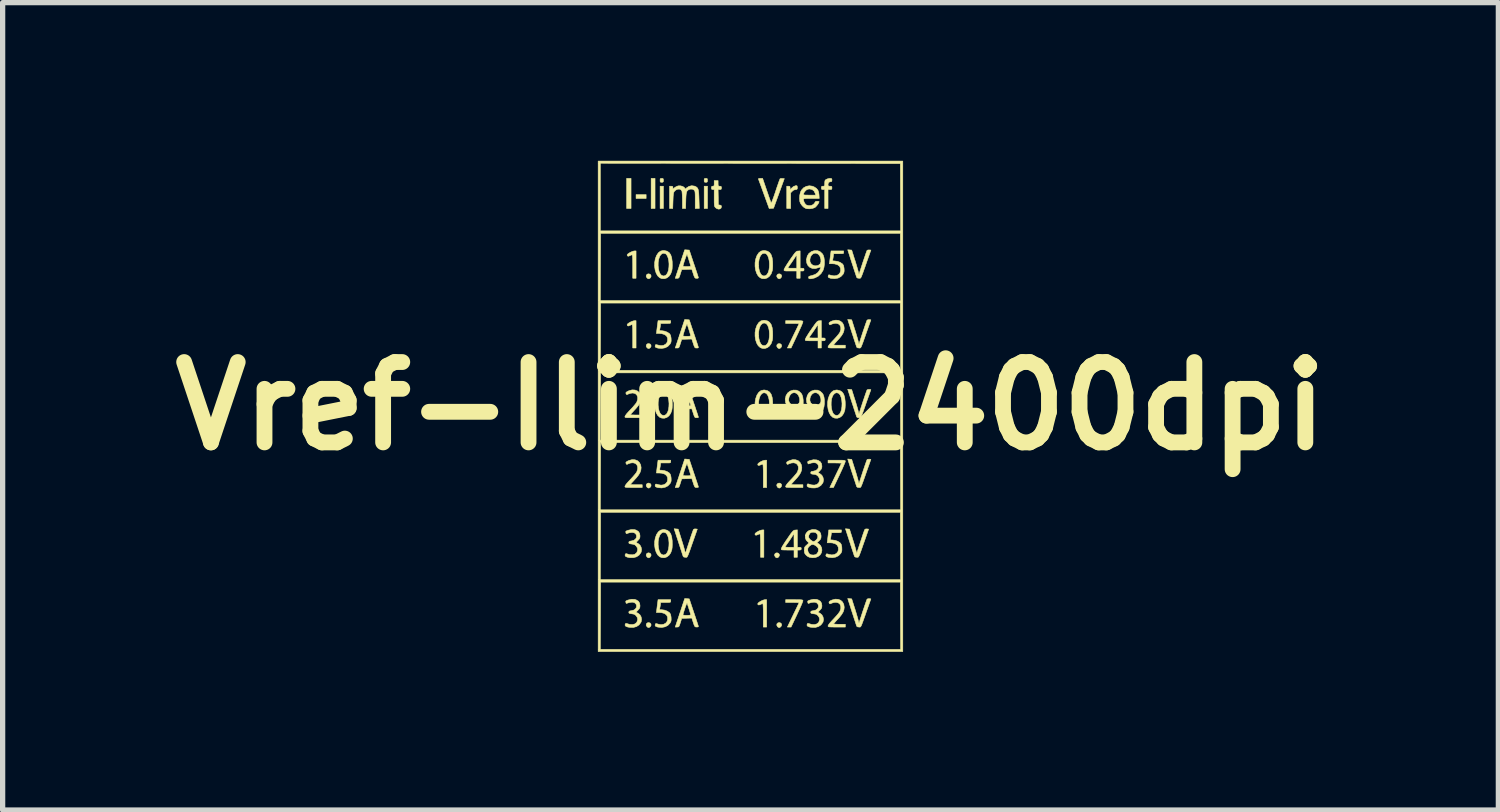
<source format=kicad_pcb>
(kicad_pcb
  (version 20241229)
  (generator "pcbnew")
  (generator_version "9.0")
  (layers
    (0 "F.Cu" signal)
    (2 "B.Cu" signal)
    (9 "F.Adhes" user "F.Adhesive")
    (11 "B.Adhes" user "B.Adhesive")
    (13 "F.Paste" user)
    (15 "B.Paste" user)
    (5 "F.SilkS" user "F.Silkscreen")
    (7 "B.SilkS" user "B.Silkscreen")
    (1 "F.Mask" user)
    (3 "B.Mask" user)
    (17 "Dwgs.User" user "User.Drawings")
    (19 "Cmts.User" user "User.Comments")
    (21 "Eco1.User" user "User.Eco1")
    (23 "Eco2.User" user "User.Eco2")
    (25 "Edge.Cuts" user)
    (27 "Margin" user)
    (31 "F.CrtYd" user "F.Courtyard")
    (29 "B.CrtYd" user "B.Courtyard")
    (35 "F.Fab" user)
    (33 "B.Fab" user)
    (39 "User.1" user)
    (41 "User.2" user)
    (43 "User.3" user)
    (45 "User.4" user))
  (footprint "Vref-Ilim-2400dpi"
    (layer "F.Cu")
    (at 11.183 4.651)
    (property "Reference" "Vref-Ilim-2400dpi" (at 0 0 0) (layer "F.SilkS") (effects (font (size 1.524 1.524) (thickness 0.3))))
    (attr through_hole)
    (fp_poly (pts (xy -2.265 -3.747) (xy -2.349 -3.747) (xy -2.349 -4.318) (xy -2.265 -4.318) (xy -2.265 -3.747)) (stroke (width 0.01) (type solid)) (fill yes) (layer "F.SilkS"))
    (fp_poly (pts (xy -1.979 -3.937) (xy -2.17 -3.937) (xy -2.17 -4.011) (xy -1.979 -4.011) (xy -1.979 -3.937)) (stroke (width 0.01) (type solid)) (fill yes) (layer "F.SilkS"))
    (fp_poly (pts (xy -1.81 -3.747) (xy -1.884 -3.747) (xy -1.884 -4.318) (xy -1.81 -4.318) (xy -1.81 -3.747)) (stroke (width 0.01) (type solid)) (fill yes) (layer "F.SilkS"))
    (fp_poly (pts (xy -1.651 -3.747) (xy -1.714 -3.747) (xy -1.714 -4.17) (xy -1.651 -4.17) (xy -1.651 -3.747)) (stroke (width 0.01) (type solid)) (fill yes) (layer "F.SilkS"))
    (fp_poly (pts (xy -0.815 -3.747) (xy -0.878 -3.747) (xy -0.878 -4.17) (xy -0.815 -4.17) (xy -0.815 -3.747)) (stroke (width 0.01) (type solid)) (fill yes) (layer "F.SilkS"))
    (fp_poly (pts (xy -1.903 -2.5) (xy -1.887 -2.48) (xy -1.886 -2.453) (xy -1.9 -2.43) (xy -1.92 -2.416) (xy -1.931 -2.413) (xy -1.95 -2.42) (xy -1.962 -2.43) (xy -1.978 -2.456) (xy -1.975 -2.482) (xy -1.958 -2.502) (xy -1.931 -2.508) (xy -1.903 -2.5)) (stroke (width 0.01) (type solid)) (fill yes) (layer "F.SilkS"))
    (fp_poly (pts (xy -1.903 -1.177) (xy -1.887 -1.157) (xy -1.886 -1.13) (xy -1.9 -1.107) (xy -1.92 -1.093) (xy -1.931 -1.09) (xy -1.95 -1.097) (xy -1.962 -1.107) (xy -1.978 -1.133) (xy -1.975 -1.159) (xy -1.958 -1.179) (xy -1.931 -1.185) (xy -1.903 -1.177)) (stroke (width 0.01) (type solid)) (fill yes) (layer "F.SilkS"))
    (fp_poly (pts (xy -1.903 0.146) (xy -1.887 0.166) (xy -1.886 0.193) (xy -1.9 0.216) (xy -1.92 0.23) (xy -1.931 0.233) (xy -1.95 0.226) (xy -1.962 0.216) (xy -1.978 0.19) (xy -1.975 0.164) (xy -1.958 0.144) (xy -1.931 0.138) (xy -1.903 0.146)) (stroke (width 0.01) (type solid)) (fill yes) (layer "F.SilkS"))
    (fp_poly (pts (xy -1.903 1.469) (xy -1.887 1.489) (xy -1.886 1.516) (xy -1.9 1.539) (xy -1.92 1.553) (xy -1.931 1.556) (xy -1.95 1.549) (xy -1.962 1.539) (xy -1.978 1.513) (xy -1.975 1.487) (xy -1.958 1.467) (xy -1.931 1.46) (xy -1.903 1.469)) (stroke (width 0.01) (type solid)) (fill yes) (layer "F.SilkS"))
    (fp_poly (pts (xy -1.903 2.792) (xy -1.887 2.812) (xy -1.886 2.838) (xy -1.9 2.862) (xy -1.92 2.876) (xy -1.931 2.879) (xy -1.95 2.872) (xy -1.962 2.862) (xy -1.978 2.836) (xy -1.975 2.809) (xy -1.958 2.79) (xy -1.931 2.783) (xy -1.903 2.792)) (stroke (width 0.01) (type solid)) (fill yes) (layer "F.SilkS"))
    (fp_poly (pts (xy -1.903 4.115) (xy -1.887 4.135) (xy -1.886 4.161) (xy -1.9 4.185) (xy -1.92 4.198) (xy -1.931 4.202) (xy -1.95 4.195) (xy -1.962 4.185) (xy -1.978 4.158) (xy -1.975 4.132) (xy -1.958 4.113) (xy -1.931 4.106) (xy -1.903 4.115)) (stroke (width 0.01) (type solid)) (fill yes) (layer "F.SilkS"))
    (fp_poly (pts (xy -1.661 -4.316) (xy -1.653 -4.305) (xy -1.651 -4.281) (xy -1.653 -4.256) (xy -1.662 -4.246) (xy -1.683 -4.244) (xy -1.704 -4.246) (xy -1.713 -4.256) (xy -1.714 -4.281) (xy -1.713 -4.306) (xy -1.704 -4.316) (xy -1.683 -4.318) (xy -1.661 -4.316)) (stroke (width 0.01) (type solid)) (fill yes) (layer "F.SilkS"))
    (fp_poly (pts (xy -0.825 -4.316) (xy -0.817 -4.305) (xy -0.815 -4.281) (xy -0.817 -4.256) (xy -0.826 -4.246) (xy -0.847 -4.244) (xy -0.868 -4.246) (xy -0.877 -4.256) (xy -0.878 -4.281) (xy -0.877 -4.306) (xy -0.868 -4.316) (xy -0.847 -4.318) (xy -0.825 -4.316)) (stroke (width 0.01) (type solid)) (fill yes) (layer "F.SilkS"))
    (fp_poly (pts (xy 0.531 2.792) (xy 0.547 2.812) (xy 0.548 2.838) (xy 0.534 2.862) (xy 0.514 2.876) (xy 0.503 2.879) (xy 0.484 2.872) (xy 0.472 2.862) (xy 0.457 2.836) (xy 0.459 2.809) (xy 0.476 2.79) (xy 0.503 2.783) (xy 0.531 2.792)) (stroke (width 0.01) (type solid)) (fill yes) (layer "F.SilkS"))
    (fp_poly (pts (xy 0.574 -2.5) (xy 0.59 -2.48) (xy 0.59 -2.453) (xy 0.576 -2.43) (xy 0.557 -2.416) (xy 0.545 -2.413) (xy 0.526 -2.42) (xy 0.514 -2.43) (xy 0.499 -2.456) (xy 0.501 -2.482) (xy 0.519 -2.502) (xy 0.545 -2.508) (xy 0.574 -2.5)) (stroke (width 0.01) (type solid)) (fill yes) (layer "F.SilkS"))
    (fp_poly (pts (xy 0.574 -1.177) (xy 0.59 -1.157) (xy 0.59 -1.13) (xy 0.576 -1.107) (xy 0.557 -1.093) (xy 0.545 -1.09) (xy 0.526 -1.097) (xy 0.514 -1.107) (xy 0.499 -1.133) (xy 0.501 -1.159) (xy 0.519 -1.179) (xy 0.545 -1.185) (xy 0.574 -1.177)) (stroke (width 0.01) (type solid)) (fill yes) (layer "F.SilkS"))
    (fp_poly (pts (xy 0.574 0.146) (xy 0.59 0.166) (xy 0.59 0.193) (xy 0.576 0.216) (xy 0.557 0.23) (xy 0.545 0.233) (xy 0.526 0.226) (xy 0.514 0.216) (xy 0.499 0.19) (xy 0.501 0.164) (xy 0.519 0.144) (xy 0.545 0.138) (xy 0.574 0.146)) (stroke (width 0.01) (type solid)) (fill yes) (layer "F.SilkS"))
    (fp_poly (pts (xy 0.574 1.469) (xy 0.59 1.489) (xy 0.59 1.516) (xy 0.576 1.539) (xy 0.557 1.553) (xy 0.545 1.556) (xy 0.526 1.549) (xy 0.514 1.539) (xy 0.499 1.513) (xy 0.501 1.487) (xy 0.519 1.467) (xy 0.545 1.46) (xy 0.574 1.469)) (stroke (width 0.01) (type solid)) (fill yes) (layer "F.SilkS"))
    (fp_poly (pts (xy 0.574 4.115) (xy 0.59 4.135) (xy 0.59 4.161) (xy 0.576 4.185) (xy 0.557 4.198) (xy 0.545 4.202) (xy 0.526 4.195) (xy 0.514 4.185) (xy 0.499 4.158) (xy 0.501 4.132) (xy 0.519 4.113) (xy 0.545 4.106) (xy 0.574 4.115)) (stroke (width 0.01) (type solid)) (fill yes) (layer "F.SilkS"))
    (fp_poly (pts (xy -2.17 -2.424) (xy -2.233 -2.424) (xy -2.233 -2.646) (xy -2.234 -2.732) (xy -2.235 -2.797) (xy -2.238 -2.841) (xy -2.242 -2.864) (xy -2.244 -2.868) (xy -2.261 -2.864) (xy -2.285 -2.853) (xy -2.287 -2.852) (xy -2.317 -2.841) (xy -2.334 -2.848) (xy -2.339 -2.866) (xy -2.33 -2.881) (xy -2.306 -2.899) (xy -2.275 -2.917) (xy -2.24 -2.932) (xy -2.21 -2.941) (xy -2.199 -2.942) (xy -2.17 -2.942) (xy -2.17 -2.424)) (stroke (width 0.01) (type solid)) (fill yes) (layer "F.SilkS"))
    (fp_poly (pts (xy -2.17 -1.101) (xy -2.233 -1.101) (xy -2.233 -1.323) (xy -2.234 -1.409) (xy -2.235 -1.474) (xy -2.238 -1.519) (xy -2.242 -1.542) (xy -2.244 -1.545) (xy -2.261 -1.541) (xy -2.285 -1.53) (xy -2.287 -1.529) (xy -2.317 -1.518) (xy -2.334 -1.525) (xy -2.339 -1.543) (xy -2.33 -1.558) (xy -2.306 -1.576) (xy -2.275 -1.594) (xy -2.24 -1.609) (xy -2.21 -1.618) (xy -2.199 -1.619) (xy -2.17 -1.619) (xy -2.17 -1.101)) (stroke (width 0.01) (type solid)) (fill yes) (layer "F.SilkS"))
    (fp_poly (pts (xy 0.254 2.868) (xy 0.191 2.868) (xy 0.191 2.646) (xy 0.19 2.56) (xy 0.188 2.494) (xy 0.186 2.45) (xy 0.182 2.427) (xy 0.179 2.424) (xy 0.163 2.428) (xy 0.138 2.439) (xy 0.137 2.44) (xy 0.107 2.45) (xy 0.089 2.444) (xy 0.085 2.426) (xy 0.094 2.411) (xy 0.117 2.393) (xy 0.149 2.374) (xy 0.183 2.359) (xy 0.214 2.351) (xy 0.225 2.349) (xy 0.254 2.349) (xy 0.254 2.868)) (stroke (width 0.01) (type solid)) (fill yes) (layer "F.SilkS"))
    (fp_poly (pts (xy 0.307 1.545) (xy 0.243 1.545) (xy 0.243 1.323) (xy 0.243 1.237) (xy 0.241 1.171) (xy 0.239 1.127) (xy 0.235 1.104) (xy 0.232 1.101) (xy 0.216 1.105) (xy 0.191 1.116) (xy 0.19 1.117) (xy 0.16 1.127) (xy 0.142 1.121) (xy 0.138 1.103) (xy 0.147 1.088) (xy 0.17 1.07) (xy 0.202 1.051) (xy 0.236 1.036) (xy 0.267 1.028) (xy 0.278 1.027) (xy 0.307 1.027) (xy 0.307 1.545)) (stroke (width 0.01) (type solid)) (fill yes) (layer "F.SilkS"))
    (fp_poly (pts (xy 0.307 4.191) (xy 0.243 4.191) (xy 0.243 3.969) (xy 0.243 3.882) (xy 0.241 3.817) (xy 0.239 3.773) (xy 0.235 3.75) (xy 0.232 3.747) (xy 0.216 3.751) (xy 0.191 3.762) (xy 0.19 3.763) (xy 0.16 3.773) (xy 0.142 3.767) (xy 0.138 3.749) (xy 0.147 3.734) (xy 0.17 3.716) (xy 0.202 3.697) (xy 0.236 3.682) (xy 0.267 3.673) (xy 0.278 3.672) (xy 0.307 3.672) (xy 0.307 4.191)) (stroke (width 0.01) (type solid)) (fill yes) (layer "F.SilkS"))
    (fp_poly (pts (xy 0.882 -4.177) (xy 0.888 -4.161) (xy 0.889 -4.143) (xy 0.887 -4.119) (xy 0.878 -4.108) (xy 0.856 -4.106) (xy 0.819 -4.096) (xy 0.793 -4.075) (xy 0.762 -4.044) (xy 0.762 -3.747) (xy 0.688 -3.747) (xy 0.688 -4.17) (xy 0.72 -4.17) (xy 0.742 -4.168) (xy 0.75 -4.156) (xy 0.751 -4.135) (xy 0.752 -4.101) (xy 0.775 -4.129) (xy 0.814 -4.163) (xy 0.855 -4.179) (xy 0.867 -4.18) (xy 0.882 -4.177)) (stroke (width 0.01) (type solid)) (fill yes) (layer "F.SilkS"))
    (fp_poly (pts (xy 0.893 -1.619) (xy 0.937 -1.619) (xy 0.966 -1.617) (xy 0.983 -1.614) (xy 0.992 -1.609) (xy 0.995 -1.603) (xy 0.995 -1.597) (xy 0.99 -1.582) (xy 0.978 -1.55) (xy 0.959 -1.505) (xy 0.934 -1.45) (xy 0.905 -1.387) (xy 0.882 -1.338) (xy 0.77 -1.101) (xy 0.7 -1.101) (xy 0.81 -1.33) (xy 0.841 -1.394) (xy 0.869 -1.451) (xy 0.892 -1.499) (xy 0.909 -1.536) (xy 0.919 -1.557) (xy 0.921 -1.562) (xy 0.911 -1.564) (xy 0.884 -1.565) (xy 0.844 -1.566) (xy 0.795 -1.566) (xy 0.667 -1.566) (xy 0.667 -1.619) (xy 0.831 -1.619) (xy 0.893 -1.619)) (stroke (width 0.01) (type solid)) (fill yes) (layer "F.SilkS"))
    (fp_poly (pts (xy 0.893 3.673) (xy 0.937 3.673) (xy 0.966 3.675) (xy 0.983 3.678) (xy 0.992 3.682) (xy 0.995 3.689) (xy 0.995 3.695) (xy 0.99 3.71) (xy 0.978 3.741) (xy 0.959 3.786) (xy 0.934 3.842) (xy 0.905 3.904) (xy 0.882 3.954) (xy 0.77 4.191) (xy 0.7 4.191) (xy 0.81 3.962) (xy 0.841 3.898) (xy 0.869 3.841) (xy 0.892 3.792) (xy 0.909 3.756) (xy 0.919 3.734) (xy 0.921 3.729) (xy 0.911 3.728) (xy 0.884 3.727) (xy 0.844 3.726) (xy 0.795 3.725) (xy 0.667 3.725) (xy 0.667 3.672) (xy 0.831 3.672) (xy 0.893 3.673)) (stroke (width 0.01) (type solid)) (fill yes) (layer "F.SilkS"))
    (fp_poly (pts (xy 1.697 1.027) (xy 1.741 1.027) (xy 1.77 1.029) (xy 1.788 1.032) (xy 1.796 1.036) (xy 1.799 1.043) (xy 1.799 1.049) (xy 1.795 1.064) (xy 1.782 1.096) (xy 1.763 1.14) (xy 1.739 1.196) (xy 1.71 1.258) (xy 1.687 1.308) (xy 1.574 1.545) (xy 1.504 1.545) (xy 1.614 1.316) (xy 1.645 1.252) (xy 1.673 1.195) (xy 1.696 1.147) (xy 1.713 1.11) (xy 1.723 1.089) (xy 1.725 1.083) (xy 1.715 1.082) (xy 1.688 1.081) (xy 1.648 1.08) (xy 1.599 1.079) (xy 1.471 1.079) (xy 1.471 1.027) (xy 1.635 1.027) (xy 1.697 1.027)) (stroke (width 0.01) (type solid)) (fill yes) (layer "F.SilkS"))
    (fp_poly (pts (xy 0.307 -4.093) (xy 0.33 -4.027) (xy 0.35 -3.968) (xy 0.368 -3.918) (xy 0.381 -3.88) (xy 0.39 -3.858) (xy 0.392 -3.853) (xy 0.397 -3.858) (xy 0.408 -3.882) (xy 0.424 -3.922) (xy 0.445 -3.978) (xy 0.469 -4.048) (xy 0.476 -4.07) (xy 0.498 -4.137) (xy 0.519 -4.197) (xy 0.536 -4.247) (xy 0.55 -4.284) (xy 0.559 -4.306) (xy 0.561 -4.311) (xy 0.576 -4.316) (xy 0.602 -4.316) (xy 0.605 -4.316) (xy 0.642 -4.313) (xy 0.54 -4.032) (xy 0.438 -3.752) (xy 0.355 -3.746) (xy 0.254 -4.023) (xy 0.228 -4.095) (xy 0.204 -4.161) (xy 0.183 -4.218) (xy 0.166 -4.264) (xy 0.155 -4.294) (xy 0.15 -4.308) (xy 0.15 -4.309) (xy 0.157 -4.315) (xy 0.179 -4.318) (xy 0.188 -4.318) (xy 0.23 -4.318) (xy 0.307 -4.093)) (stroke (width 0.01) (type solid)) (fill yes) (layer "F.SilkS"))
    (fp_poly (pts (xy -1.371 2.334) (xy -1.321 2.492) (xy -1.302 2.554) (xy -1.283 2.614) (xy -1.267 2.669) (xy -1.255 2.711) (xy -1.252 2.722) (xy -1.234 2.793) (xy -1.162 2.574) (xy -1.141 2.509) (xy -1.121 2.45) (xy -1.104 2.401) (xy -1.091 2.365) (xy -1.083 2.344) (xy -1.081 2.341) (xy -1.064 2.331) (xy -1.04 2.33) (xy -1.008 2.334) (xy -1.086 2.556) (xy -1.117 2.643) (xy -1.141 2.713) (xy -1.16 2.766) (xy -1.175 2.806) (xy -1.187 2.834) (xy -1.196 2.852) (xy -1.203 2.863) (xy -1.21 2.868) (xy -1.218 2.869) (xy -1.227 2.868) (xy -1.234 2.868) (xy -1.263 2.864) (xy -1.276 2.853) (xy -1.281 2.839) (xy -1.292 2.808) (xy -1.306 2.762) (xy -1.325 2.705) (xy -1.346 2.64) (xy -1.365 2.582) (xy -1.448 2.327) (xy -1.371 2.334)) (stroke (width 0.01) (type solid)) (fill yes) (layer "F.SilkS"))
    (fp_poly (pts (xy 1.878 2.334) (xy 1.928 2.492) (xy 1.947 2.554) (xy 1.966 2.614) (xy 1.982 2.669) (xy 1.994 2.711) (xy 1.997 2.722) (xy 2.015 2.793) (xy 2.087 2.574) (xy 2.109 2.509) (xy 2.128 2.45) (xy 2.145 2.401) (xy 2.158 2.365) (xy 2.166 2.344) (xy 2.168 2.341) (xy 2.185 2.331) (xy 2.209 2.33) (xy 2.241 2.334) (xy 2.163 2.556) (xy 2.132 2.643) (xy 2.108 2.713) (xy 2.089 2.766) (xy 2.074 2.806) (xy 2.063 2.834) (xy 2.054 2.852) (xy 2.046 2.863) (xy 2.039 2.868) (xy 2.031 2.869) (xy 2.022 2.868) (xy 2.015 2.868) (xy 1.987 2.864) (xy 1.973 2.853) (xy 1.968 2.839) (xy 1.958 2.808) (xy 1.943 2.762) (xy 1.924 2.705) (xy 1.903 2.64) (xy 1.884 2.582) (xy 1.801 2.327) (xy 1.878 2.334)) (stroke (width 0.01) (type solid)) (fill yes) (layer "F.SilkS"))
    (fp_poly (pts (xy 1.92 -2.958) (xy 1.97 -2.799) (xy 1.99 -2.738) (xy 2.008 -2.677) (xy 2.024 -2.623) (xy 2.036 -2.581) (xy 2.039 -2.57) (xy 2.058 -2.499) (xy 2.129 -2.718) (xy 2.151 -2.783) (xy 2.171 -2.841) (xy 2.188 -2.891) (xy 2.201 -2.927) (xy 2.209 -2.948) (xy 2.21 -2.951) (xy 2.227 -2.96) (xy 2.252 -2.961) (xy 2.284 -2.958) (xy 2.205 -2.736) (xy 2.175 -2.648) (xy 2.15 -2.579) (xy 2.131 -2.525) (xy 2.116 -2.486) (xy 2.105 -2.458) (xy 2.096 -2.439) (xy 2.088 -2.429) (xy 2.081 -2.424) (xy 2.073 -2.423) (xy 2.064 -2.423) (xy 2.057 -2.424) (xy 2.029 -2.428) (xy 2.015 -2.439) (xy 2.01 -2.453) (xy 2 -2.484) (xy 1.985 -2.529) (xy 1.966 -2.586) (xy 1.945 -2.652) (xy 1.926 -2.709) (xy 1.844 -2.964) (xy 1.92 -2.958)) (stroke (width 0.01) (type solid)) (fill yes) (layer "F.SilkS"))
    (fp_poly (pts (xy 1.92 -1.635) (xy 1.97 -1.476) (xy 1.99 -1.415) (xy 2.008 -1.354) (xy 2.024 -1.3) (xy 2.036 -1.258) (xy 2.039 -1.247) (xy 2.058 -1.176) (xy 2.129 -1.395) (xy 2.151 -1.46) (xy 2.171 -1.519) (xy 2.188 -1.568) (xy 2.201 -1.604) (xy 2.209 -1.625) (xy 2.21 -1.628) (xy 2.227 -1.637) (xy 2.252 -1.639) (xy 2.284 -1.635) (xy 2.205 -1.413) (xy 2.175 -1.326) (xy 2.15 -1.256) (xy 2.131 -1.202) (xy 2.116 -1.163) (xy 2.105 -1.135) (xy 2.096 -1.116) (xy 2.088 -1.106) (xy 2.081 -1.101) (xy 2.073 -1.1) (xy 2.064 -1.1) (xy 2.057 -1.101) (xy 2.029 -1.105) (xy 2.015 -1.116) (xy 2.01 -1.13) (xy 2 -1.161) (xy 1.985 -1.206) (xy 1.966 -1.263) (xy 1.945 -1.329) (xy 1.926 -1.386) (xy 1.844 -1.642) (xy 1.92 -1.635)) (stroke (width 0.01) (type solid)) (fill yes) (layer "F.SilkS"))
    (fp_poly (pts (xy 1.92 -0.312) (xy 1.97 -0.153) (xy 1.99 -0.092) (xy 2.008 -0.031) (xy 2.024 0.023) (xy 2.036 0.065) (xy 2.039 0.076) (xy 2.058 0.147) (xy 2.129 -0.072) (xy 2.151 -0.137) (xy 2.171 -0.196) (xy 2.188 -0.245) (xy 2.201 -0.281) (xy 2.209 -0.302) (xy 2.21 -0.305) (xy 2.227 -0.314) (xy 2.252 -0.316) (xy 2.284 -0.312) (xy 2.205 -0.09) (xy 2.175 -0.003) (xy 2.15 0.067) (xy 2.131 0.12) (xy 2.116 0.16) (xy 2.105 0.188) (xy 2.096 0.207) (xy 2.088 0.217) (xy 2.081 0.222) (xy 2.073 0.223) (xy 2.064 0.223) (xy 2.057 0.222) (xy 2.029 0.218) (xy 2.015 0.207) (xy 2.01 0.193) (xy 2 0.162) (xy 1.985 0.117) (xy 1.966 0.06) (xy 1.945 -0.006) (xy 1.926 -0.063) (xy 1.844 -0.319) (xy 1.92 -0.312)) (stroke (width 0.01) (type solid)) (fill yes) (layer "F.SilkS"))
    (fp_poly (pts (xy 1.92 1.011) (xy 1.97 1.169) (xy 1.99 1.231) (xy 2.008 1.291) (xy 2.024 1.346) (xy 2.036 1.388) (xy 2.039 1.399) (xy 2.058 1.47) (xy 2.129 1.251) (xy 2.151 1.186) (xy 2.171 1.127) (xy 2.188 1.078) (xy 2.201 1.042) (xy 2.209 1.021) (xy 2.21 1.018) (xy 2.227 1.009) (xy 2.252 1.007) (xy 2.284 1.011) (xy 2.205 1.233) (xy 2.175 1.32) (xy 2.15 1.39) (xy 2.131 1.443) (xy 2.116 1.483) (xy 2.105 1.511) (xy 2.096 1.529) (xy 2.088 1.54) (xy 2.081 1.545) (xy 2.073 1.546) (xy 2.064 1.545) (xy 2.057 1.545) (xy 2.029 1.541) (xy 2.015 1.53) (xy 2.01 1.516) (xy 2 1.485) (xy 1.985 1.439) (xy 1.966 1.382) (xy 1.945 1.317) (xy 1.926 1.26) (xy 1.844 1.004) (xy 1.92 1.011)) (stroke (width 0.01) (type solid)) (fill yes) (layer "F.SilkS"))
    (fp_poly (pts (xy 1.92 3.657) (xy 1.97 3.815) (xy 1.99 3.877) (xy 2.008 3.937) (xy 2.024 3.992) (xy 2.036 4.033) (xy 2.039 4.045) (xy 2.058 4.116) (xy 2.129 3.897) (xy 2.151 3.832) (xy 2.171 3.773) (xy 2.188 3.724) (xy 2.201 3.687) (xy 2.209 3.667) (xy 2.21 3.664) (xy 2.227 3.654) (xy 2.252 3.653) (xy 2.284 3.657) (xy 2.205 3.879) (xy 2.175 3.966) (xy 2.15 4.036) (xy 2.131 4.089) (xy 2.116 4.129) (xy 2.105 4.157) (xy 2.096 4.175) (xy 2.088 4.186) (xy 2.081 4.191) (xy 2.073 4.192) (xy 2.064 4.191) (xy 2.057 4.191) (xy 2.029 4.187) (xy 2.015 4.176) (xy 2.01 4.162) (xy 2 4.131) (xy 1.985 4.085) (xy 1.966 4.028) (xy 1.945 3.963) (xy 1.926 3.905) (xy 1.844 3.65) (xy 1.92 3.657)) (stroke (width 0.01) (type solid)) (fill yes) (layer "F.SilkS"))
    (fp_poly (pts (xy 1.536 -4.315) (xy 1.544 -4.303) (xy 1.545 -4.286) (xy 1.542 -4.263) (xy 1.53 -4.255) (xy 1.521 -4.255) (xy 1.49 -4.246) (xy 1.474 -4.222) (xy 1.471 -4.199) (xy 1.473 -4.18) (xy 1.485 -4.171) (xy 1.508 -4.17) (xy 1.533 -4.168) (xy 1.543 -4.159) (xy 1.545 -4.138) (xy 1.543 -4.117) (xy 1.533 -4.108) (xy 1.508 -4.106) (xy 1.471 -4.106) (xy 1.471 -3.747) (xy 1.408 -3.747) (xy 1.408 -4.106) (xy 1.376 -4.106) (xy 1.353 -4.109) (xy 1.345 -4.121) (xy 1.344 -4.138) (xy 1.347 -4.161) (xy 1.359 -4.169) (xy 1.376 -4.17) (xy 1.395 -4.171) (xy 1.404 -4.179) (xy 1.407 -4.198) (xy 1.408 -4.22) (xy 1.409 -4.253) (xy 1.414 -4.277) (xy 1.416 -4.283) (xy 1.435 -4.298) (xy 1.467 -4.311) (xy 1.503 -4.318) (xy 1.514 -4.318) (xy 1.536 -4.315)) (stroke (width 0.01) (type solid)) (fill yes) (layer "F.SilkS"))
    (fp_poly (pts (xy -0.614 -4.223) (xy -0.613 -4.191) (xy -0.609 -4.176) (xy -0.598 -4.17) (xy -0.582 -4.17) (xy -0.56 -4.167) (xy -0.551 -4.155) (xy -0.55 -4.138) (xy -0.553 -4.116) (xy -0.565 -4.107) (xy -0.582 -4.106) (xy -0.614 -4.106) (xy -0.611 -3.961) (xy -0.609 -3.815) (xy -0.579 -3.812) (xy -0.558 -3.806) (xy -0.551 -3.789) (xy -0.55 -3.779) (xy -0.559 -3.753) (xy -0.58 -3.738) (xy -0.609 -3.735) (xy -0.64 -3.746) (xy -0.662 -3.762) (xy -0.672 -3.773) (xy -0.679 -3.784) (xy -0.684 -3.8) (xy -0.686 -3.825) (xy -0.688 -3.861) (xy -0.688 -3.913) (xy -0.688 -3.947) (xy -0.688 -4.106) (xy -0.714 -4.106) (xy -0.733 -4.11) (xy -0.74 -4.124) (xy -0.741 -4.138) (xy -0.738 -4.161) (xy -0.726 -4.169) (xy -0.714 -4.17) (xy -0.699 -4.172) (xy -0.691 -4.18) (xy -0.688 -4.202) (xy -0.688 -4.223) (xy -0.688 -4.276) (xy -0.614 -4.276) (xy -0.614 -4.223)) (stroke (width 0.01) (type solid)) (fill yes) (layer "F.SilkS"))
    (fp_poly (pts (xy 0.889 2.678) (xy 0.926 2.678) (xy 0.951 2.68) (xy 0.961 2.688) (xy 0.963 2.704) (xy 0.96 2.722) (xy 0.948 2.729) (xy 0.926 2.731) (xy 0.889 2.731) (xy 0.889 2.868) (xy 0.826 2.868) (xy 0.826 2.731) (xy 0.704 2.731) (xy 0.652 2.73) (xy 0.617 2.729) (xy 0.596 2.727) (xy 0.586 2.722) (xy 0.583 2.715) (xy 0.583 2.707) (xy 0.589 2.691) (xy 0.599 2.672) (xy 0.656 2.672) (xy 0.666 2.675) (xy 0.692 2.677) (xy 0.729 2.678) (xy 0.741 2.678) (xy 0.826 2.678) (xy 0.825 2.548) (xy 0.825 2.418) (xy 0.783 2.485) (xy 0.754 2.529) (xy 0.722 2.576) (xy 0.698 2.609) (xy 0.677 2.639) (xy 0.662 2.661) (xy 0.656 2.672) (xy 0.599 2.672) (xy 0.605 2.661) (xy 0.63 2.62) (xy 0.661 2.571) (xy 0.697 2.519) (xy 0.736 2.462) (xy 0.766 2.419) (xy 0.789 2.39) (xy 0.806 2.371) (xy 0.82 2.36) (xy 0.832 2.354) (xy 0.846 2.352) (xy 0.849 2.352) (xy 0.889 2.348) (xy 0.889 2.678)) (stroke (width 0.01) (type solid)) (fill yes) (layer "F.SilkS"))
    (fp_poly (pts (xy 0.942 -2.614) (xy 0.979 -2.614) (xy 1.004 -2.612) (xy 1.014 -2.603) (xy 1.016 -2.588) (xy 1.013 -2.57) (xy 1.001 -2.562) (xy 0.979 -2.561) (xy 0.942 -2.561) (xy 0.942 -2.424) (xy 0.878 -2.424) (xy 0.878 -2.561) (xy 0.757 -2.561) (xy 0.705 -2.561) (xy 0.67 -2.562) (xy 0.649 -2.565) (xy 0.639 -2.569) (xy 0.636 -2.577) (xy 0.636 -2.585) (xy 0.642 -2.601) (xy 0.652 -2.62) (xy 0.709 -2.62) (xy 0.719 -2.617) (xy 0.745 -2.615) (xy 0.782 -2.614) (xy 0.794 -2.614) (xy 0.878 -2.614) (xy 0.878 -2.744) (xy 0.878 -2.873) (xy 0.836 -2.807) (xy 0.807 -2.763) (xy 0.775 -2.716) (xy 0.751 -2.683) (xy 0.73 -2.653) (xy 0.715 -2.63) (xy 0.709 -2.62) (xy 0.652 -2.62) (xy 0.658 -2.631) (xy 0.683 -2.672) (xy 0.714 -2.72) (xy 0.749 -2.773) (xy 0.789 -2.83) (xy 0.819 -2.872) (xy 0.842 -2.902) (xy 0.859 -2.921) (xy 0.873 -2.932) (xy 0.885 -2.938) (xy 0.899 -2.94) (xy 0.902 -2.94) (xy 0.942 -2.943) (xy 0.942 -2.614)) (stroke (width 0.01) (type solid)) (fill yes) (layer "F.SilkS"))
    (fp_poly (pts (xy 1.344 -1.291) (xy 1.381 -1.291) (xy 1.406 -1.289) (xy 1.416 -1.28) (xy 1.418 -1.265) (xy 1.415 -1.247) (xy 1.403 -1.239) (xy 1.381 -1.238) (xy 1.344 -1.238) (xy 1.344 -1.101) (xy 1.281 -1.101) (xy 1.281 -1.238) (xy 1.159 -1.238) (xy 1.107 -1.238) (xy 1.072 -1.239) (xy 1.051 -1.242) (xy 1.041 -1.246) (xy 1.038 -1.254) (xy 1.038 -1.262) (xy 1.044 -1.278) (xy 1.054 -1.297) (xy 1.111 -1.297) (xy 1.121 -1.294) (xy 1.147 -1.292) (xy 1.184 -1.291) (xy 1.196 -1.291) (xy 1.281 -1.291) (xy 1.28 -1.421) (xy 1.28 -1.55) (xy 1.238 -1.484) (xy 1.209 -1.44) (xy 1.177 -1.393) (xy 1.153 -1.36) (xy 1.132 -1.33) (xy 1.117 -1.308) (xy 1.111 -1.297) (xy 1.054 -1.297) (xy 1.06 -1.308) (xy 1.085 -1.349) (xy 1.116 -1.398) (xy 1.152 -1.45) (xy 1.191 -1.507) (xy 1.221 -1.549) (xy 1.244 -1.579) (xy 1.261 -1.598) (xy 1.275 -1.609) (xy 1.287 -1.615) (xy 1.301 -1.617) (xy 1.305 -1.617) (xy 1.344 -1.621) (xy 1.344 -1.291)) (stroke (width 0.01) (type solid)) (fill yes) (layer "F.SilkS"))
    (fp_poly (pts (xy -1.513 -1.593) (xy -1.514 -1.58) (xy -1.519 -1.572) (xy -1.533 -1.568) (xy -1.558 -1.567) (xy -1.601 -1.566) (xy -1.608 -1.566) (xy -1.703 -1.566) (xy -1.709 -1.516) (xy -1.715 -1.482) (xy -1.72 -1.455) (xy -1.721 -1.447) (xy -1.721 -1.436) (xy -1.709 -1.43) (xy -1.681 -1.429) (xy -1.681 -1.429) (xy -1.63 -1.421) (xy -1.58 -1.402) (xy -1.539 -1.376) (xy -1.53 -1.366) (xy -1.515 -1.339) (xy -1.507 -1.297) (xy -1.505 -1.277) (xy -1.504 -1.237) (xy -1.508 -1.209) (xy -1.52 -1.184) (xy -1.526 -1.175) (xy -1.567 -1.132) (xy -1.62 -1.104) (xy -1.683 -1.093) (xy -1.751 -1.098) (xy -1.77 -1.103) (xy -1.799 -1.114) (xy -1.809 -1.131) (xy -1.804 -1.156) (xy -1.798 -1.165) (xy -1.784 -1.165) (xy -1.758 -1.158) (xy -1.751 -1.156) (xy -1.696 -1.146) (xy -1.648 -1.152) (xy -1.608 -1.174) (xy -1.581 -1.208) (xy -1.571 -1.244) (xy -1.573 -1.292) (xy -1.594 -1.331) (xy -1.632 -1.358) (xy -1.685 -1.373) (xy -1.725 -1.376) (xy -1.784 -1.376) (xy -1.769 -1.498) (xy -1.753 -1.619) (xy -1.513 -1.619) (xy -1.513 -1.593)) (stroke (width 0.01) (type solid)) (fill yes) (layer "F.SilkS"))
    (fp_poly (pts (xy -1.513 1.053) (xy -1.514 1.066) (xy -1.519 1.073) (xy -1.533 1.078) (xy -1.558 1.079) (xy -1.601 1.079) (xy -1.608 1.079) (xy -1.703 1.079) (xy -1.709 1.13) (xy -1.715 1.164) (xy -1.72 1.191) (xy -1.721 1.199) (xy -1.721 1.21) (xy -1.709 1.216) (xy -1.681 1.217) (xy -1.681 1.217) (xy -1.63 1.225) (xy -1.58 1.243) (xy -1.539 1.27) (xy -1.53 1.28) (xy -1.515 1.307) (xy -1.507 1.349) (xy -1.505 1.368) (xy -1.504 1.409) (xy -1.508 1.437) (xy -1.52 1.462) (xy -1.526 1.471) (xy -1.567 1.514) (xy -1.62 1.541) (xy -1.683 1.553) (xy -1.751 1.547) (xy -1.77 1.543) (xy -1.799 1.531) (xy -1.809 1.515) (xy -1.804 1.489) (xy -1.798 1.481) (xy -1.784 1.48) (xy -1.758 1.487) (xy -1.751 1.49) (xy -1.696 1.5) (xy -1.648 1.493) (xy -1.608 1.472) (xy -1.581 1.438) (xy -1.571 1.402) (xy -1.573 1.353) (xy -1.594 1.315) (xy -1.632 1.288) (xy -1.685 1.273) (xy -1.725 1.27) (xy -1.784 1.27) (xy -1.769 1.148) (xy -1.753 1.027) (xy -1.513 1.027) (xy -1.513 1.053)) (stroke (width 0.01) (type solid)) (fill yes) (layer "F.SilkS"))
    (fp_poly (pts (xy -1.513 3.699) (xy -1.514 3.711) (xy -1.519 3.719) (xy -1.533 3.723) (xy -1.558 3.725) (xy -1.601 3.725) (xy -1.608 3.725) (xy -1.703 3.725) (xy -1.709 3.776) (xy -1.715 3.81) (xy -1.72 3.837) (xy -1.721 3.844) (xy -1.721 3.856) (xy -1.709 3.862) (xy -1.681 3.863) (xy -1.681 3.863) (xy -1.63 3.87) (xy -1.58 3.889) (xy -1.539 3.916) (xy -1.53 3.926) (xy -1.515 3.952) (xy -1.507 3.995) (xy -1.505 4.014) (xy -1.504 4.055) (xy -1.508 4.083) (xy -1.52 4.107) (xy -1.526 4.117) (xy -1.567 4.16) (xy -1.62 4.187) (xy -1.683 4.199) (xy -1.751 4.193) (xy -1.77 4.189) (xy -1.799 4.177) (xy -1.809 4.16) (xy -1.804 4.135) (xy -1.798 4.127) (xy -1.784 4.126) (xy -1.758 4.133) (xy -1.751 4.136) (xy -1.696 4.146) (xy -1.648 4.139) (xy -1.608 4.118) (xy -1.581 4.084) (xy -1.571 4.048) (xy -1.573 3.999) (xy -1.594 3.961) (xy -1.632 3.933) (xy -1.685 3.919) (xy -1.725 3.916) (xy -1.784 3.916) (xy -1.769 3.794) (xy -1.753 3.672) (xy -1.513 3.672) (xy -1.513 3.699)) (stroke (width 0.01) (type solid)) (fill yes) (layer "F.SilkS"))
    (fp_poly (pts (xy 1.725 2.376) (xy 1.724 2.389) (xy 1.719 2.396) (xy 1.706 2.4) (xy 1.68 2.402) (xy 1.638 2.402) (xy 1.63 2.402) (xy 1.536 2.402) (xy 1.529 2.453) (xy 1.524 2.487) (xy 1.519 2.514) (xy 1.517 2.521) (xy 1.517 2.533) (xy 1.529 2.539) (xy 1.557 2.54) (xy 1.558 2.54) (xy 1.608 2.548) (xy 1.658 2.566) (xy 1.699 2.593) (xy 1.709 2.603) (xy 1.724 2.63) (xy 1.732 2.672) (xy 1.733 2.691) (xy 1.734 2.732) (xy 1.73 2.76) (xy 1.719 2.784) (xy 1.713 2.794) (xy 1.672 2.837) (xy 1.619 2.864) (xy 1.556 2.876) (xy 1.487 2.87) (xy 1.468 2.866) (xy 1.44 2.854) (xy 1.429 2.838) (xy 1.435 2.812) (xy 1.441 2.804) (xy 1.454 2.803) (xy 1.48 2.81) (xy 1.487 2.813) (xy 1.542 2.823) (xy 1.591 2.816) (xy 1.631 2.795) (xy 1.658 2.761) (xy 1.668 2.725) (xy 1.665 2.676) (xy 1.644 2.638) (xy 1.607 2.611) (xy 1.554 2.596) (xy 1.513 2.593) (xy 1.455 2.593) (xy 1.47 2.471) (xy 1.485 2.349) (xy 1.725 2.349) (xy 1.725 2.376)) (stroke (width 0.01) (type solid)) (fill yes) (layer "F.SilkS"))
    (fp_poly (pts (xy 1.767 -2.916) (xy 1.767 -2.903) (xy 1.762 -2.895) (xy 1.748 -2.891) (xy 1.722 -2.89) (xy 1.68 -2.889) (xy 1.673 -2.889) (xy 1.578 -2.889) (xy 1.571 -2.839) (xy 1.566 -2.805) (xy 1.561 -2.778) (xy 1.559 -2.77) (xy 1.56 -2.758) (xy 1.571 -2.753) (xy 1.6 -2.751) (xy 1.6 -2.751) (xy 1.65 -2.744) (xy 1.701 -2.725) (xy 1.742 -2.698) (xy 1.751 -2.689) (xy 1.766 -2.662) (xy 1.774 -2.62) (xy 1.776 -2.6) (xy 1.777 -2.56) (xy 1.772 -2.532) (xy 1.761 -2.507) (xy 1.755 -2.498) (xy 1.714 -2.455) (xy 1.661 -2.427) (xy 1.598 -2.416) (xy 1.529 -2.421) (xy 1.511 -2.426) (xy 1.482 -2.437) (xy 1.472 -2.454) (xy 1.477 -2.479) (xy 1.483 -2.488) (xy 1.496 -2.488) (xy 1.523 -2.481) (xy 1.53 -2.479) (xy 1.584 -2.469) (xy 1.633 -2.475) (xy 1.673 -2.496) (xy 1.7 -2.531) (xy 1.71 -2.566) (xy 1.707 -2.615) (xy 1.687 -2.654) (xy 1.649 -2.681) (xy 1.596 -2.696) (xy 1.555 -2.699) (xy 1.497 -2.699) (xy 1.512 -2.82) (xy 1.528 -2.942) (xy 1.767 -2.942) (xy 1.767 -2.916)) (stroke (width 0.01) (type solid)) (fill yes) (layer "F.SilkS"))
    (fp_poly (pts (xy -1.633 -2.949) (xy -1.581 -2.937) (xy -1.542 -2.911) (xy -1.513 -2.87) (xy -1.494 -2.812) (xy -1.484 -2.736) (xy -1.484 -2.721) (xy -1.483 -2.664) (xy -1.485 -2.61) (xy -1.491 -2.568) (xy -1.492 -2.565) (xy -1.513 -2.507) (xy -1.545 -2.462) (xy -1.586 -2.43) (xy -1.632 -2.415) (xy -1.68 -2.416) (xy -1.721 -2.433) (xy -1.759 -2.468) (xy -1.788 -2.518) (xy -1.808 -2.579) (xy -1.818 -2.647) (xy -1.818 -2.664) (xy -1.751 -2.664) (xy -1.745 -2.604) (xy -1.732 -2.55) (xy -1.712 -2.507) (xy -1.69 -2.482) (xy -1.654 -2.467) (xy -1.619 -2.473) (xy -1.593 -2.493) (xy -1.571 -2.529) (xy -1.555 -2.578) (xy -1.547 -2.635) (xy -1.545 -2.696) (xy -1.55 -2.756) (xy -1.562 -2.81) (xy -1.58 -2.855) (xy -1.604 -2.884) (xy -1.611 -2.889) (xy -1.647 -2.899) (xy -1.68 -2.889) (xy -1.71 -2.858) (xy -1.724 -2.832) (xy -1.741 -2.783) (xy -1.75 -2.725) (xy -1.751 -2.664) (xy -1.818 -2.664) (xy -1.818 -2.718) (xy -1.806 -2.788) (xy -1.783 -2.852) (xy -1.781 -2.856) (xy -1.747 -2.907) (xy -1.707 -2.938) (xy -1.659 -2.95) (xy -1.633 -2.949)) (stroke (width 0.01) (type solid)) (fill yes) (layer "F.SilkS"))
    (fp_poly (pts (xy -1.633 -0.304) (xy -1.581 -0.291) (xy -1.542 -0.265) (xy -1.513 -0.224) (xy -1.494 -0.166) (xy -1.484 -0.09) (xy -1.484 -0.075) (xy -1.483 -0.018) (xy -1.485 0.035) (xy -1.491 0.078) (xy -1.492 0.081) (xy -1.513 0.139) (xy -1.545 0.184) (xy -1.586 0.216) (xy -1.632 0.231) (xy -1.68 0.229) (xy -1.721 0.213) (xy -1.759 0.178) (xy -1.788 0.128) (xy -1.808 0.067) (xy -1.818 -0.002) (xy -1.818 -0.018) (xy -1.751 -0.018) (xy -1.745 0.042) (xy -1.732 0.096) (xy -1.712 0.139) (xy -1.69 0.164) (xy -1.654 0.179) (xy -1.619 0.172) (xy -1.593 0.153) (xy -1.571 0.117) (xy -1.555 0.068) (xy -1.547 0.01) (xy -1.545 -0.05) (xy -1.55 -0.11) (xy -1.562 -0.165) (xy -1.58 -0.209) (xy -1.604 -0.238) (xy -1.611 -0.243) (xy -1.647 -0.253) (xy -1.68 -0.243) (xy -1.71 -0.212) (xy -1.724 -0.186) (xy -1.741 -0.137) (xy -1.75 -0.079) (xy -1.751 -0.018) (xy -1.818 -0.018) (xy -1.818 -0.073) (xy -1.806 -0.142) (xy -1.783 -0.206) (xy -1.781 -0.211) (xy -1.747 -0.261) (xy -1.707 -0.292) (xy -1.659 -0.304) (xy -1.633 -0.304)) (stroke (width 0.01) (type solid)) (fill yes) (layer "F.SilkS"))
    (fp_poly (pts (xy -1.633 2.342) (xy -1.581 2.355) (xy -1.542 2.381) (xy -1.513 2.422) (xy -1.494 2.48) (xy -1.484 2.556) (xy -1.484 2.571) (xy -1.483 2.627) (xy -1.485 2.681) (xy -1.491 2.723) (xy -1.492 2.727) (xy -1.513 2.785) (xy -1.545 2.83) (xy -1.586 2.861) (xy -1.632 2.877) (xy -1.68 2.875) (xy -1.721 2.859) (xy -1.759 2.824) (xy -1.788 2.774) (xy -1.808 2.712) (xy -1.818 2.644) (xy -1.818 2.628) (xy -1.751 2.628) (xy -1.745 2.688) (xy -1.732 2.742) (xy -1.712 2.785) (xy -1.69 2.81) (xy -1.654 2.825) (xy -1.619 2.818) (xy -1.593 2.799) (xy -1.571 2.763) (xy -1.555 2.713) (xy -1.547 2.656) (xy -1.545 2.595) (xy -1.55 2.536) (xy -1.562 2.481) (xy -1.58 2.437) (xy -1.604 2.408) (xy -1.611 2.403) (xy -1.647 2.392) (xy -1.68 2.403) (xy -1.71 2.434) (xy -1.724 2.46) (xy -1.741 2.509) (xy -1.75 2.566) (xy -1.751 2.628) (xy -1.818 2.628) (xy -1.818 2.573) (xy -1.806 2.504) (xy -1.783 2.44) (xy -1.781 2.435) (xy -1.747 2.385) (xy -1.707 2.354) (xy -1.659 2.342) (xy -1.633 2.342)) (stroke (width 0.01) (type solid)) (fill yes) (layer "F.SilkS"))
    (fp_poly (pts (xy -1.204 -1.638) (xy -1.161 -1.635) (xy -1.078 -1.386) (xy -1.054 -1.317) (xy -1.033 -1.253) (xy -1.015 -1.199) (xy -1.001 -1.156) (xy -0.992 -1.128) (xy -0.989 -1.119) (xy -0.988 -1.107) (xy -1.001 -1.101) (xy -1.02 -1.101) (xy -1.038 -1.101) (xy -1.05 -1.106) (xy -1.06 -1.119) (xy -1.071 -1.144) (xy -1.085 -1.185) (xy -1.085 -1.186) (xy -1.113 -1.271) (xy -1.304 -1.265) (xy -1.33 -1.183) (xy -1.343 -1.142) (xy -1.353 -1.118) (xy -1.363 -1.106) (xy -1.375 -1.101) (xy -1.391 -1.101) (xy -1.427 -1.101) (xy -1.35 -1.331) (xy -1.28 -1.331) (xy -1.271 -1.327) (xy -1.245 -1.324) (xy -1.21 -1.323) (xy -1.206 -1.323) (xy -1.17 -1.324) (xy -1.144 -1.327) (xy -1.132 -1.331) (xy -1.132 -1.331) (xy -1.136 -1.343) (xy -1.144 -1.372) (xy -1.156 -1.412) (xy -1.171 -1.459) (xy -1.187 -1.509) (xy -1.203 -1.556) (xy -1.207 -1.551) (xy -1.216 -1.531) (xy -1.228 -1.499) (xy -1.242 -1.461) (xy -1.255 -1.421) (xy -1.267 -1.383) (xy -1.276 -1.352) (xy -1.28 -1.332) (xy -1.28 -1.331) (xy -1.35 -1.331) (xy -1.247 -1.642) (xy -1.204 -1.638)) (stroke (width 0.01) (type solid)) (fill yes) (layer "F.SilkS"))
    (fp_poly (pts (xy 0.272 -2.949) (xy 0.324 -2.937) (xy 0.363 -2.911) (xy 0.392 -2.87) (xy 0.411 -2.812) (xy 0.421 -2.736) (xy 0.421 -2.721) (xy 0.422 -2.664) (xy 0.42 -2.61) (xy 0.414 -2.568) (xy 0.413 -2.565) (xy 0.392 -2.507) (xy 0.36 -2.462) (xy 0.319 -2.43) (xy 0.273 -2.415) (xy 0.225 -2.416) (xy 0.184 -2.433) (xy 0.146 -2.468) (xy 0.117 -2.518) (xy 0.097 -2.579) (xy 0.087 -2.647) (xy 0.087 -2.664) (xy 0.154 -2.664) (xy 0.16 -2.604) (xy 0.173 -2.55) (xy 0.193 -2.507) (xy 0.215 -2.482) (xy 0.251 -2.467) (xy 0.286 -2.473) (xy 0.312 -2.493) (xy 0.334 -2.529) (xy 0.35 -2.578) (xy 0.358 -2.635) (xy 0.36 -2.696) (xy 0.355 -2.756) (xy 0.343 -2.81) (xy 0.325 -2.855) (xy 0.301 -2.884) (xy 0.294 -2.889) (xy 0.258 -2.899) (xy 0.225 -2.889) (xy 0.195 -2.858) (xy 0.181 -2.832) (xy 0.164 -2.783) (xy 0.155 -2.725) (xy 0.154 -2.664) (xy 0.087 -2.664) (xy 0.087 -2.718) (xy 0.099 -2.788) (xy 0.122 -2.852) (xy 0.124 -2.856) (xy 0.158 -2.907) (xy 0.198 -2.938) (xy 0.246 -2.95) (xy 0.272 -2.949)) (stroke (width 0.01) (type solid)) (fill yes) (layer "F.SilkS"))
    (fp_poly (pts (xy 0.272 -1.627) (xy 0.324 -1.614) (xy 0.363 -1.588) (xy 0.392 -1.547) (xy 0.411 -1.489) (xy 0.421 -1.413) (xy 0.421 -1.398) (xy 0.422 -1.341) (xy 0.42 -1.288) (xy 0.414 -1.245) (xy 0.413 -1.242) (xy 0.392 -1.184) (xy 0.36 -1.139) (xy 0.319 -1.107) (xy 0.273 -1.092) (xy 0.225 -1.093) (xy 0.184 -1.11) (xy 0.146 -1.145) (xy 0.117 -1.195) (xy 0.097 -1.256) (xy 0.087 -1.325) (xy 0.087 -1.341) (xy 0.154 -1.341) (xy 0.16 -1.281) (xy 0.173 -1.227) (xy 0.193 -1.184) (xy 0.215 -1.159) (xy 0.251 -1.144) (xy 0.286 -1.151) (xy 0.312 -1.17) (xy 0.334 -1.206) (xy 0.35 -1.255) (xy 0.358 -1.313) (xy 0.36 -1.373) (xy 0.355 -1.433) (xy 0.343 -1.487) (xy 0.325 -1.532) (xy 0.301 -1.561) (xy 0.294 -1.566) (xy 0.258 -1.576) (xy 0.225 -1.566) (xy 0.195 -1.535) (xy 0.181 -1.509) (xy 0.164 -1.46) (xy 0.155 -1.402) (xy 0.154 -1.341) (xy 0.087 -1.341) (xy 0.087 -1.395) (xy 0.099 -1.465) (xy 0.122 -1.529) (xy 0.124 -1.533) (xy 0.158 -1.584) (xy 0.198 -1.615) (xy 0.246 -1.627) (xy 0.272 -1.627)) (stroke (width 0.01) (type solid)) (fill yes) (layer "F.SilkS"))
    (fp_poly (pts (xy 0.272 -0.304) (xy 0.324 -0.291) (xy 0.363 -0.265) (xy 0.392 -0.224) (xy 0.411 -0.166) (xy 0.421 -0.09) (xy 0.421 -0.075) (xy 0.422 -0.018) (xy 0.42 0.035) (xy 0.414 0.078) (xy 0.413 0.081) (xy 0.392 0.139) (xy 0.36 0.184) (xy 0.319 0.216) (xy 0.273 0.231) (xy 0.225 0.229) (xy 0.184 0.213) (xy 0.146 0.178) (xy 0.117 0.128) (xy 0.097 0.067) (xy 0.087 -0.002) (xy 0.087 -0.018) (xy 0.154 -0.018) (xy 0.16 0.042) (xy 0.173 0.096) (xy 0.193 0.139) (xy 0.215 0.164) (xy 0.251 0.179) (xy 0.286 0.172) (xy 0.312 0.153) (xy 0.334 0.117) (xy 0.35 0.068) (xy 0.358 0.01) (xy 0.36 -0.05) (xy 0.355 -0.11) (xy 0.343 -0.165) (xy 0.325 -0.209) (xy 0.301 -0.238) (xy 0.294 -0.243) (xy 0.258 -0.253) (xy 0.225 -0.243) (xy 0.195 -0.212) (xy 0.181 -0.186) (xy 0.164 -0.137) (xy 0.155 -0.079) (xy 0.154 -0.018) (xy 0.087 -0.018) (xy 0.087 -0.073) (xy 0.099 -0.142) (xy 0.122 -0.206) (xy 0.124 -0.211) (xy 0.158 -0.261) (xy 0.198 -0.292) (xy 0.246 -0.304) (xy 0.272 -0.304)) (stroke (width 0.01) (type solid)) (fill yes) (layer "F.SilkS"))
    (fp_poly (pts (xy 1.648 -0.304) (xy 1.7 -0.291) (xy 1.739 -0.265) (xy 1.768 -0.224) (xy 1.787 -0.166) (xy 1.796 -0.09) (xy 1.797 -0.075) (xy 1.798 -0.018) (xy 1.795 0.035) (xy 1.79 0.078) (xy 1.789 0.081) (xy 1.768 0.139) (xy 1.736 0.184) (xy 1.695 0.216) (xy 1.649 0.231) (xy 1.6 0.229) (xy 1.56 0.213) (xy 1.522 0.178) (xy 1.493 0.128) (xy 1.473 0.067) (xy 1.463 -0.002) (xy 1.463 -0.018) (xy 1.53 -0.018) (xy 1.536 0.042) (xy 1.549 0.096) (xy 1.568 0.139) (xy 1.591 0.164) (xy 1.627 0.179) (xy 1.662 0.172) (xy 1.687 0.153) (xy 1.71 0.117) (xy 1.726 0.068) (xy 1.734 0.01) (xy 1.736 -0.05) (xy 1.731 -0.11) (xy 1.719 -0.165) (xy 1.701 -0.209) (xy 1.677 -0.238) (xy 1.67 -0.243) (xy 1.634 -0.253) (xy 1.601 -0.243) (xy 1.571 -0.212) (xy 1.556 -0.186) (xy 1.539 -0.137) (xy 1.531 -0.079) (xy 1.53 -0.018) (xy 1.463 -0.018) (xy 1.463 -0.073) (xy 1.474 -0.142) (xy 1.498 -0.206) (xy 1.5 -0.211) (xy 1.534 -0.261) (xy 1.574 -0.292) (xy 1.622 -0.304) (xy 1.648 -0.304)) (stroke (width 0.01) (type solid)) (fill yes) (layer "F.SilkS"))
    (fp_poly (pts (xy -2.19 -0.304) (xy -2.142 -0.285) (xy -2.106 -0.252) (xy -2.082 -0.206) (xy -2.074 -0.154) (xy -2.079 -0.108) (xy -2.094 -0.064) (xy -2.122 -0.016) (xy -2.164 0.037) (xy -2.197 0.073) (xy -2.229 0.108) (xy -2.255 0.136) (xy -2.271 0.156) (xy -2.275 0.163) (xy -2.266 0.166) (xy -2.239 0.168) (xy -2.2 0.169) (xy -2.164 0.169) (xy -2.053 0.169) (xy -2.053 0.222) (xy -2.217 0.222) (xy -2.279 0.222) (xy -2.323 0.222) (xy -2.352 0.22) (xy -2.37 0.217) (xy -2.378 0.213) (xy -2.381 0.206) (xy -2.381 0.199) (xy -2.373 0.181) (xy -2.351 0.15) (xy -2.314 0.108) (xy -2.278 0.07) (xy -2.238 0.028) (xy -2.203 -0.013) (xy -2.175 -0.047) (xy -2.158 -0.072) (xy -2.156 -0.076) (xy -2.14 -0.127) (xy -2.14 -0.173) (xy -2.156 -0.21) (xy -2.185 -0.236) (xy -2.227 -0.247) (xy -2.234 -0.247) (xy -2.272 -0.243) (xy -2.308 -0.232) (xy -2.315 -0.229) (xy -2.338 -0.218) (xy -2.35 -0.218) (xy -2.358 -0.229) (xy -2.359 -0.232) (xy -2.364 -0.249) (xy -2.356 -0.263) (xy -2.332 -0.278) (xy -2.304 -0.291) (xy -2.245 -0.307) (xy -2.19 -0.304)) (stroke (width 0.01) (type solid)) (fill yes) (layer "F.SilkS"))
    (fp_poly (pts (xy -2.19 1.019) (xy -2.142 1.037) (xy -2.106 1.071) (xy -2.082 1.117) (xy -2.074 1.169) (xy -2.079 1.215) (xy -2.094 1.259) (xy -2.122 1.307) (xy -2.164 1.36) (xy -2.197 1.396) (xy -2.229 1.431) (xy -2.255 1.459) (xy -2.271 1.479) (xy -2.275 1.486) (xy -2.266 1.488) (xy -2.239 1.491) (xy -2.2 1.492) (xy -2.164 1.492) (xy -2.053 1.492) (xy -2.053 1.545) (xy -2.217 1.545) (xy -2.279 1.545) (xy -2.323 1.544) (xy -2.352 1.543) (xy -2.37 1.54) (xy -2.378 1.535) (xy -2.381 1.529) (xy -2.381 1.522) (xy -2.373 1.504) (xy -2.351 1.473) (xy -2.314 1.431) (xy -2.278 1.393) (xy -2.238 1.35) (xy -2.203 1.31) (xy -2.175 1.276) (xy -2.158 1.251) (xy -2.156 1.247) (xy -2.14 1.196) (xy -2.14 1.15) (xy -2.156 1.113) (xy -2.185 1.087) (xy -2.227 1.076) (xy -2.234 1.076) (xy -2.272 1.08) (xy -2.308 1.091) (xy -2.315 1.094) (xy -2.338 1.105) (xy -2.35 1.105) (xy -2.358 1.094) (xy -2.359 1.091) (xy -2.364 1.074) (xy -2.356 1.06) (xy -2.332 1.045) (xy -2.304 1.032) (xy -2.245 1.016) (xy -2.19 1.019)) (stroke (width 0.01) (type solid)) (fill yes) (layer "F.SilkS"))
    (fp_poly (pts (xy -1.204 -2.961) (xy -1.161 -2.958) (xy -1.078 -2.709) (xy -1.054 -2.64) (xy -1.033 -2.576) (xy -1.015 -2.522) (xy -1.001 -2.479) (xy -0.992 -2.451) (xy -0.989 -2.442) (xy -0.988 -2.43) (xy -1.001 -2.424) (xy -1.02 -2.424) (xy -1.038 -2.424) (xy -1.05 -2.429) (xy -1.06 -2.442) (xy -1.071 -2.467) (xy -1.085 -2.508) (xy -1.085 -2.509) (xy -1.113 -2.594) (xy -1.304 -2.588) (xy -1.33 -2.506) (xy -1.343 -2.465) (xy -1.353 -2.441) (xy -1.363 -2.429) (xy -1.375 -2.424) (xy -1.391 -2.424) (xy -1.427 -2.424) (xy -1.35 -2.654) (xy -1.28 -2.654) (xy -1.271 -2.65) (xy -1.245 -2.647) (xy -1.21 -2.646) (xy -1.206 -2.646) (xy -1.17 -2.647) (xy -1.144 -2.65) (xy -1.132 -2.653) (xy -1.132 -2.654) (xy -1.136 -2.666) (xy -1.144 -2.695) (xy -1.156 -2.734) (xy -1.171 -2.782) (xy -1.187 -2.832) (xy -1.203 -2.879) (xy -1.207 -2.874) (xy -1.216 -2.854) (xy -1.228 -2.822) (xy -1.242 -2.784) (xy -1.255 -2.744) (xy -1.267 -2.706) (xy -1.276 -2.674) (xy -1.28 -2.655) (xy -1.28 -2.654) (xy -1.35 -2.654) (xy -1.337 -2.694) (xy -1.247 -2.964) (xy -1.204 -2.961)) (stroke (width 0.01) (type solid)) (fill yes) (layer "F.SilkS"))
    (fp_poly (pts (xy -1.204 1.008) (xy -1.161 1.011) (xy -1.078 1.259) (xy -1.054 1.329) (xy -1.033 1.393) (xy -1.015 1.447) (xy -1.001 1.49) (xy -0.992 1.517) (xy -0.989 1.527) (xy -0.988 1.539) (xy -1.001 1.544) (xy -1.02 1.545) (xy -1.038 1.544) (xy -1.05 1.54) (xy -1.06 1.527) (xy -1.071 1.502) (xy -1.085 1.461) (xy -1.085 1.46) (xy -1.113 1.375) (xy -1.304 1.381) (xy -1.33 1.463) (xy -1.343 1.504) (xy -1.353 1.528) (xy -1.363 1.54) (xy -1.375 1.545) (xy -1.391 1.545) (xy -1.427 1.545) (xy -1.35 1.315) (xy -1.28 1.315) (xy -1.271 1.319) (xy -1.245 1.322) (xy -1.21 1.323) (xy -1.206 1.323) (xy -1.17 1.322) (xy -1.144 1.319) (xy -1.132 1.315) (xy -1.132 1.315) (xy -1.136 1.303) (xy -1.144 1.274) (xy -1.156 1.234) (xy -1.171 1.187) (xy -1.187 1.137) (xy -1.203 1.09) (xy -1.207 1.095) (xy -1.216 1.115) (xy -1.228 1.147) (xy -1.242 1.185) (xy -1.255 1.225) (xy -1.267 1.263) (xy -1.276 1.294) (xy -1.28 1.314) (xy -1.28 1.315) (xy -1.35 1.315) (xy -1.337 1.275) (xy -1.247 1.004) (xy -1.204 1.008)) (stroke (width 0.01) (type solid)) (fill yes) (layer "F.SilkS"))
    (fp_poly (pts (xy 0.858 1.019) (xy 0.906 1.037) (xy 0.942 1.071) (xy 0.966 1.117) (xy 0.974 1.169) (xy 0.969 1.215) (xy 0.954 1.259) (xy 0.926 1.307) (xy 0.884 1.36) (xy 0.851 1.396) (xy 0.819 1.431) (xy 0.793 1.459) (xy 0.777 1.479) (xy 0.773 1.486) (xy 0.782 1.488) (xy 0.809 1.491) (xy 0.848 1.492) (xy 0.884 1.492) (xy 0.995 1.492) (xy 0.995 1.545) (xy 0.831 1.545) (xy 0.769 1.545) (xy 0.725 1.544) (xy 0.696 1.543) (xy 0.678 1.54) (xy 0.67 1.535) (xy 0.667 1.529) (xy 0.667 1.522) (xy 0.675 1.504) (xy 0.697 1.473) (xy 0.734 1.431) (xy 0.77 1.393) (xy 0.81 1.35) (xy 0.845 1.31) (xy 0.873 1.276) (xy 0.89 1.251) (xy 0.892 1.247) (xy 0.908 1.196) (xy 0.908 1.15) (xy 0.892 1.113) (xy 0.863 1.087) (xy 0.821 1.076) (xy 0.814 1.076) (xy 0.776 1.08) (xy 0.74 1.091) (xy 0.733 1.094) (xy 0.71 1.105) (xy 0.698 1.105) (xy 0.69 1.094) (xy 0.689 1.091) (xy 0.684 1.074) (xy 0.692 1.06) (xy 0.716 1.045) (xy 0.744 1.032) (xy 0.803 1.016) (xy 0.858 1.019)) (stroke (width 0.01) (type solid)) (fill yes) (layer "F.SilkS"))
    (fp_poly (pts (xy 1.662 -1.627) (xy 1.71 -1.608) (xy 1.747 -1.575) (xy 1.77 -1.529) (xy 1.778 -1.477) (xy 1.773 -1.431) (xy 1.758 -1.387) (xy 1.73 -1.339) (xy 1.688 -1.286) (xy 1.655 -1.25) (xy 1.623 -1.215) (xy 1.598 -1.187) (xy 1.581 -1.167) (xy 1.577 -1.16) (xy 1.587 -1.157) (xy 1.613 -1.155) (xy 1.652 -1.154) (xy 1.688 -1.154) (xy 1.799 -1.154) (xy 1.799 -1.101) (xy 1.635 -1.101) (xy 1.573 -1.101) (xy 1.529 -1.101) (xy 1.5 -1.103) (xy 1.483 -1.106) (xy 1.474 -1.11) (xy 1.471 -1.117) (xy 1.471 -1.124) (xy 1.479 -1.142) (xy 1.502 -1.173) (xy 1.539 -1.215) (xy 1.575 -1.253) (xy 1.614 -1.295) (xy 1.65 -1.336) (xy 1.677 -1.37) (xy 1.694 -1.395) (xy 1.696 -1.399) (xy 1.713 -1.45) (xy 1.712 -1.496) (xy 1.697 -1.533) (xy 1.667 -1.559) (xy 1.625 -1.57) (xy 1.618 -1.57) (xy 1.58 -1.566) (xy 1.544 -1.555) (xy 1.538 -1.552) (xy 1.515 -1.541) (xy 1.503 -1.541) (xy 1.494 -1.552) (xy 1.493 -1.555) (xy 1.488 -1.572) (xy 1.496 -1.586) (xy 1.52 -1.601) (xy 1.548 -1.614) (xy 1.608 -1.629) (xy 1.662 -1.627)) (stroke (width 0.01) (type solid)) (fill yes) (layer "F.SilkS"))
    (fp_poly (pts (xy 1.662 3.665) (xy 1.71 3.683) (xy 1.747 3.717) (xy 1.77 3.763) (xy 1.778 3.815) (xy 1.773 3.86) (xy 1.758 3.905) (xy 1.73 3.952) (xy 1.688 4.006) (xy 1.655 4.042) (xy 1.623 4.076) (xy 1.598 4.105) (xy 1.581 4.125) (xy 1.577 4.132) (xy 1.587 4.134) (xy 1.613 4.136) (xy 1.652 4.138) (xy 1.688 4.138) (xy 1.799 4.138) (xy 1.799 4.191) (xy 1.635 4.191) (xy 1.573 4.191) (xy 1.529 4.19) (xy 1.5 4.189) (xy 1.483 4.186) (xy 1.474 4.181) (xy 1.471 4.174) (xy 1.471 4.168) (xy 1.479 4.15) (xy 1.502 4.119) (xy 1.539 4.077) (xy 1.575 4.039) (xy 1.614 3.996) (xy 1.65 3.956) (xy 1.677 3.921) (xy 1.694 3.897) (xy 1.696 3.893) (xy 1.713 3.841) (xy 1.712 3.796) (xy 1.697 3.758) (xy 1.667 3.733) (xy 1.625 3.722) (xy 1.618 3.722) (xy 1.58 3.726) (xy 1.544 3.737) (xy 1.538 3.74) (xy 1.515 3.75) (xy 1.503 3.75) (xy 1.494 3.739) (xy 1.493 3.737) (xy 1.488 3.72) (xy 1.496 3.705) (xy 1.52 3.69) (xy 1.548 3.678) (xy 1.608 3.662) (xy 1.662 3.665)) (stroke (width 0.01) (type solid)) (fill yes) (layer "F.SilkS"))
    (fp_poly (pts (xy -1.204 -0.315) (xy -1.161 -0.312) (xy -1.078 -0.064) (xy -1.054 0.006) (xy -1.033 0.07) (xy -1.015 0.124) (xy -1.001 0.167) (xy -0.992 0.195) (xy -0.989 0.204) (xy -0.988 0.216) (xy -1.001 0.222) (xy -1.02 0.222) (xy -1.038 0.222) (xy -1.05 0.217) (xy -1.06 0.204) (xy -1.071 0.179) (xy -1.085 0.138) (xy -1.085 0.137) (xy -1.113 0.052) (xy -1.209 0.055) (xy -1.304 0.058) (xy -1.33 0.14) (xy -1.343 0.181) (xy -1.353 0.205) (xy -1.363 0.217) (xy -1.375 0.222) (xy -1.391 0.222) (xy -1.427 0.222) (xy -1.35 -0.008) (xy -1.28 -0.008) (xy -1.271 -0.004) (xy -1.245 -0.001) (xy -1.21 -0.000007) (xy -1.206 0) (xy -1.17 -0.001) (xy -1.144 -0.004) (xy -1.132 -0.008) (xy -1.132 -0.008) (xy -1.136 -0.02) (xy -1.144 -0.049) (xy -1.156 -0.089) (xy -1.171 -0.136) (xy -1.187 -0.186) (xy -1.203 -0.233) (xy -1.207 -0.228) (xy -1.216 -0.208) (xy -1.228 -0.176) (xy -1.242 -0.138) (xy -1.255 -0.098) (xy -1.267 -0.06) (xy -1.276 -0.029) (xy -1.28 -0.009) (xy -1.28 -0.008) (xy -1.35 -0.008) (xy -1.337 -0.048) (xy -1.247 -0.319) (xy -1.204 -0.315)) (stroke (width 0.01) (type solid)) (fill yes) (layer "F.SilkS"))
    (fp_poly (pts (xy -1.204 3.653) (xy -1.161 3.657) (xy -1.078 3.905) (xy -1.054 3.975) (xy -1.033 4.038) (xy -1.015 4.093) (xy -1.001 4.136) (xy -0.992 4.163) (xy -0.989 4.172) (xy -0.988 4.185) (xy -1.001 4.19) (xy -1.02 4.191) (xy -1.038 4.19) (xy -1.05 4.185) (xy -1.06 4.173) (xy -1.071 4.148) (xy -1.085 4.107) (xy -1.085 4.106) (xy -1.113 4.021) (xy -1.209 4.024) (xy -1.304 4.027) (xy -1.33 4.109) (xy -1.343 4.149) (xy -1.353 4.174) (xy -1.363 4.186) (xy -1.375 4.19) (xy -1.391 4.191) (xy -1.427 4.191) (xy -1.35 3.961) (xy -1.28 3.961) (xy -1.271 3.965) (xy -1.245 3.968) (xy -1.21 3.969) (xy -1.206 3.969) (xy -1.17 3.968) (xy -1.144 3.965) (xy -1.132 3.961) (xy -1.132 3.961) (xy -1.136 3.948) (xy -1.144 3.92) (xy -1.156 3.88) (xy -1.171 3.833) (xy -1.187 3.783) (xy -1.203 3.736) (xy -1.207 3.741) (xy -1.216 3.761) (xy -1.228 3.792) (xy -1.242 3.831) (xy -1.255 3.871) (xy -1.267 3.909) (xy -1.276 3.94) (xy -1.28 3.96) (xy -1.28 3.961) (xy -1.35 3.961) (xy -1.337 3.921) (xy -1.247 3.65) (xy -1.204 3.653)) (stroke (width 0.01) (type solid)) (fill yes) (layer "F.SilkS"))
    (fp_poly (pts (xy 2.889 4.657) (xy -2.889 4.657) (xy -2.889 4.614) (xy -2.847 4.614) (xy 2.847 4.614) (xy 2.844 3.977) (xy 2.842 3.339) (xy -2.842 3.339) (xy -2.844 3.977) (xy -2.847 4.614) (xy -2.889 4.614) (xy -2.889 3.291) (xy -2.847 3.291) (xy 2.847 3.291) (xy 2.842 2.016) (xy -2.842 2.016) (xy -2.844 2.654) (xy -2.847 3.291) (xy -2.889 3.291) (xy -2.889 1.968) (xy -2.847 1.968) (xy 2.847 1.968) (xy 2.842 0.693) (xy -2.842 0.693) (xy -2.844 1.331) (xy -2.847 1.968) (xy -2.889 1.968) (xy -2.889 0.646) (xy -2.847 0.646) (xy 2.847 0.646) (xy 2.844 0.008) (xy 2.842 -0.63) (xy -2.842 -0.63) (xy -2.844 0.008) (xy -2.847 0.646) (xy -2.889 0.646) (xy -2.889 -0.677) (xy -2.847 -0.677) (xy 2.847 -0.677) (xy 2.842 -1.953) (xy -2.842 -1.953) (xy -2.844 -1.315) (xy -2.847 -0.677) (xy -2.889 -0.677) (xy -2.889 -2) (xy -2.847 -2) (xy 2.847 -2) (xy 2.842 -3.276) (xy -2.842 -3.276) (xy -2.844 -2.638) (xy -2.847 -2) (xy -2.889 -2) (xy -2.889 -3.323) (xy -2.847 -3.323) (xy 2.847 -3.323) (xy 2.844 -3.961) (xy 2.842 -4.598) (xy -0.003 -4.601) (xy -2.847 -4.604) (xy -2.847 -3.323) (xy -2.889 -3.323) (xy -2.889 -4.646) (xy 2.889 -4.646) (xy 2.889 4.657)) (stroke (width 0.01) (type solid)) (fill yes) (layer "F.SilkS"))
    (fp_poly (pts (xy 0.868 -0.302) (xy 0.918 -0.282) (xy 0.959 -0.245) (xy 0.976 -0.219) (xy 0.992 -0.172) (xy 1 -0.112) (xy 1 -0.047) (xy 0.992 0.016) (xy 0.975 0.07) (xy 0.975 0.071) (xy 0.936 0.134) (xy 0.884 0.182) (xy 0.821 0.214) (xy 0.814 0.216) (xy 0.761 0.23) (xy 0.725 0.233) (xy 0.705 0.226) (xy 0.699 0.208) (xy 0.701 0.194) (xy 0.712 0.185) (xy 0.736 0.177) (xy 0.762 0.171) (xy 0.827 0.148) (xy 0.878 0.111) (xy 0.914 0.059) (xy 0.914 0.059) (xy 0.928 0.027) (xy 0.928 0.012) (xy 0.914 0.011) (xy 0.885 0.022) (xy 0.882 0.023) (xy 0.824 0.039) (xy 0.771 0.036) (xy 0.725 0.016) (xy 0.689 -0.018) (xy 0.666 -0.065) (xy 0.659 -0.123) (xy 0.66 -0.135) (xy 0.661 -0.137) (xy 0.725 -0.137) (xy 0.726 -0.096) (xy 0.744 -0.057) (xy 0.775 -0.028) (xy 0.816 -0.014) (xy 0.86 -0.016) (xy 0.887 -0.026) (xy 0.919 -0.051) (xy 0.934 -0.088) (xy 0.933 -0.136) (xy 0.931 -0.146) (xy 0.912 -0.199) (xy 0.884 -0.234) (xy 0.846 -0.252) (xy 0.822 -0.254) (xy 0.788 -0.244) (xy 0.758 -0.218) (xy 0.736 -0.181) (xy 0.725 -0.137) (xy 0.661 -0.137) (xy 0.674 -0.198) (xy 0.705 -0.248) (xy 0.75 -0.283) (xy 0.755 -0.285) (xy 0.813 -0.303) (xy 0.868 -0.302)) (stroke (width 0.01) (type solid)) (fill yes) (layer "F.SilkS"))
    (fp_poly (pts (xy 1.271 -2.948) (xy 1.32 -2.928) (xy 1.361 -2.891) (xy 1.378 -2.865) (xy 1.394 -2.818) (xy 1.402 -2.758) (xy 1.402 -2.693) (xy 1.394 -2.63) (xy 1.377 -2.575) (xy 1.377 -2.574) (xy 1.338 -2.512) (xy 1.286 -2.464) (xy 1.223 -2.432) (xy 1.216 -2.429) (xy 1.163 -2.416) (xy 1.127 -2.413) (xy 1.107 -2.42) (xy 1.101 -2.437) (xy 1.103 -2.451) (xy 1.114 -2.461) (xy 1.138 -2.469) (xy 1.164 -2.475) (xy 1.229 -2.497) (xy 1.281 -2.535) (xy 1.316 -2.586) (xy 1.316 -2.587) (xy 1.33 -2.618) (xy 1.33 -2.634) (xy 1.317 -2.635) (xy 1.287 -2.624) (xy 1.284 -2.623) (xy 1.226 -2.607) (xy 1.173 -2.61) (xy 1.127 -2.63) (xy 1.091 -2.664) (xy 1.068 -2.711) (xy 1.061 -2.769) (xy 1.062 -2.781) (xy 1.063 -2.783) (xy 1.127 -2.783) (xy 1.128 -2.742) (xy 1.146 -2.702) (xy 1.178 -2.674) (xy 1.218 -2.66) (xy 1.262 -2.661) (xy 1.29 -2.671) (xy 1.322 -2.697) (xy 1.336 -2.734) (xy 1.335 -2.782) (xy 1.333 -2.792) (xy 1.315 -2.845) (xy 1.287 -2.88) (xy 1.249 -2.898) (xy 1.224 -2.9) (xy 1.19 -2.89) (xy 1.16 -2.864) (xy 1.138 -2.827) (xy 1.127 -2.783) (xy 1.063 -2.783) (xy 1.077 -2.844) (xy 1.107 -2.893) (xy 1.153 -2.928) (xy 1.157 -2.931) (xy 1.215 -2.949) (xy 1.271 -2.948)) (stroke (width 0.01) (type solid)) (fill yes) (layer "F.SilkS"))
    (fp_poly (pts (xy 1.271 -0.302) (xy 1.32 -0.282) (xy 1.361 -0.245) (xy 1.378 -0.219) (xy 1.394 -0.172) (xy 1.402 -0.112) (xy 1.402 -0.047) (xy 1.394 0.016) (xy 1.377 0.07) (xy 1.377 0.071) (xy 1.338 0.134) (xy 1.286 0.182) (xy 1.223 0.214) (xy 1.216 0.216) (xy 1.163 0.23) (xy 1.127 0.233) (xy 1.107 0.226) (xy 1.101 0.208) (xy 1.103 0.194) (xy 1.114 0.185) (xy 1.138 0.177) (xy 1.164 0.171) (xy 1.229 0.148) (xy 1.281 0.111) (xy 1.316 0.059) (xy 1.316 0.059) (xy 1.33 0.027) (xy 1.33 0.012) (xy 1.317 0.011) (xy 1.287 0.022) (xy 1.284 0.023) (xy 1.226 0.039) (xy 1.173 0.036) (xy 1.127 0.016) (xy 1.091 -0.018) (xy 1.068 -0.065) (xy 1.061 -0.123) (xy 1.062 -0.135) (xy 1.063 -0.137) (xy 1.127 -0.137) (xy 1.128 -0.096) (xy 1.146 -0.057) (xy 1.178 -0.028) (xy 1.218 -0.014) (xy 1.262 -0.016) (xy 1.29 -0.026) (xy 1.322 -0.051) (xy 1.336 -0.088) (xy 1.335 -0.136) (xy 1.333 -0.146) (xy 1.315 -0.199) (xy 1.287 -0.234) (xy 1.249 -0.252) (xy 1.224 -0.254) (xy 1.19 -0.244) (xy 1.16 -0.218) (xy 1.138 -0.181) (xy 1.127 -0.137) (xy 1.063 -0.137) (xy 1.077 -0.198) (xy 1.107 -0.248) (xy 1.153 -0.283) (xy 1.157 -0.285) (xy 1.215 -0.303) (xy 1.271 -0.302)) (stroke (width 0.01) (type solid)) (fill yes) (layer "F.SilkS"))
    (fp_poly (pts (xy -2.198 2.343) (xy -2.165 2.354) (xy -2.125 2.38) (xy -2.102 2.417) (xy -2.095 2.464) (xy -2.098 2.496) (xy -2.11 2.521) (xy -2.133 2.548) (xy -2.154 2.57) (xy -2.166 2.584) (xy -2.167 2.588) (xy -2.157 2.594) (xy -2.135 2.605) (xy -2.131 2.607) (xy -2.096 2.636) (xy -2.074 2.677) (xy -2.065 2.723) (xy -2.073 2.769) (xy -2.079 2.781) (xy -2.114 2.828) (xy -2.163 2.86) (xy -2.223 2.876) (xy -2.292 2.875) (xy -2.327 2.868) (xy -2.361 2.856) (xy -2.377 2.84) (xy -2.377 2.817) (xy -2.376 2.815) (xy -2.365 2.799) (xy -2.351 2.8) (xy -2.291 2.818) (xy -2.238 2.821) (xy -2.194 2.811) (xy -2.162 2.785) (xy -2.154 2.773) (xy -2.139 2.729) (xy -2.145 2.69) (xy -2.168 2.655) (xy -2.191 2.633) (xy -2.219 2.622) (xy -2.252 2.617) (xy -2.285 2.612) (xy -2.301 2.606) (xy -2.307 2.595) (xy -2.307 2.588) (xy -2.304 2.573) (xy -2.292 2.564) (xy -2.265 2.559) (xy -2.257 2.558) (xy -2.212 2.546) (xy -2.18 2.522) (xy -2.162 2.491) (xy -2.162 2.455) (xy -2.175 2.426) (xy -2.203 2.404) (xy -2.243 2.396) (xy -2.291 2.402) (xy -2.307 2.406) (xy -2.335 2.416) (xy -2.353 2.42) (xy -2.356 2.42) (xy -2.36 2.41) (xy -2.364 2.396) (xy -2.366 2.381) (xy -2.357 2.37) (xy -2.333 2.36) (xy -2.322 2.356) (xy -2.256 2.341) (xy -2.198 2.343)) (stroke (width 0.01) (type solid)) (fill yes) (layer "F.SilkS"))
    (fp_poly (pts (xy -2.198 3.666) (xy -2.165 3.677) (xy -2.125 3.702) (xy -2.102 3.74) (xy -2.095 3.787) (xy -2.098 3.819) (xy -2.11 3.844) (xy -2.133 3.871) (xy -2.154 3.892) (xy -2.166 3.907) (xy -2.167 3.911) (xy -2.157 3.917) (xy -2.135 3.928) (xy -2.131 3.93) (xy -2.096 3.959) (xy -2.074 3.999) (xy -2.065 4.046) (xy -2.073 4.092) (xy -2.079 4.104) (xy -2.114 4.151) (xy -2.163 4.183) (xy -2.223 4.199) (xy -2.292 4.197) (xy -2.327 4.191) (xy -2.361 4.179) (xy -2.377 4.163) (xy -2.377 4.14) (xy -2.376 4.138) (xy -2.365 4.122) (xy -2.351 4.123) (xy -2.291 4.141) (xy -2.238 4.144) (xy -2.194 4.133) (xy -2.162 4.108) (xy -2.154 4.096) (xy -2.139 4.052) (xy -2.145 4.013) (xy -2.168 3.978) (xy -2.191 3.956) (xy -2.219 3.945) (xy -2.252 3.94) (xy -2.285 3.935) (xy -2.301 3.929) (xy -2.307 3.918) (xy -2.307 3.911) (xy -2.304 3.896) (xy -2.292 3.887) (xy -2.265 3.882) (xy -2.257 3.881) (xy -2.212 3.869) (xy -2.18 3.845) (xy -2.162 3.814) (xy -2.162 3.778) (xy -2.175 3.749) (xy -2.203 3.727) (xy -2.243 3.719) (xy -2.291 3.725) (xy -2.307 3.729) (xy -2.335 3.738) (xy -2.353 3.743) (xy -2.356 3.743) (xy -2.36 3.733) (xy -2.364 3.719) (xy -2.366 3.704) (xy -2.357 3.693) (xy -2.333 3.683) (xy -2.322 3.679) (xy -2.256 3.664) (xy -2.198 3.666)) (stroke (width 0.01) (type solid)) (fill yes) (layer "F.SilkS"))
    (fp_poly (pts (xy -1.059 -4.171) (xy -1.043 -4.164) (xy -1.022 -4.152) (xy -1.006 -4.136) (xy -0.994 -4.114) (xy -0.986 -4.083) (xy -0.981 -4.039) (xy -0.978 -3.979) (xy -0.976 -3.918) (xy -0.971 -3.747) (xy -1.048 -3.747) (xy -1.048 -3.911) (xy -1.048 -3.974) (xy -1.049 -4.019) (xy -1.051 -4.05) (xy -1.054 -4.071) (xy -1.06 -4.084) (xy -1.067 -4.094) (xy -1.069 -4.096) (xy -1.101 -4.114) (xy -1.141 -4.114) (xy -1.167 -4.106) (xy -1.187 -4.094) (xy -1.202 -4.079) (xy -1.212 -4.056) (xy -1.219 -4.022) (xy -1.223 -3.975) (xy -1.226 -3.91) (xy -1.226 -3.897) (xy -1.23 -3.747) (xy -1.291 -3.747) (xy -1.291 -3.899) (xy -1.292 -3.956) (xy -1.294 -4.008) (xy -1.297 -4.048) (xy -1.3 -4.074) (xy -1.301 -4.079) (xy -1.321 -4.104) (xy -1.35 -4.115) (xy -1.384 -4.112) (xy -1.418 -4.096) (xy -1.443 -4.072) (xy -1.452 -4.058) (xy -1.458 -4.04) (xy -1.462 -4.014) (xy -1.466 -3.976) (xy -1.468 -3.923) (xy -1.469 -3.895) (xy -1.474 -3.747) (xy -1.535 -3.747) (xy -1.535 -4.17) (xy -1.503 -4.17) (xy -1.48 -4.167) (xy -1.472 -4.155) (xy -1.471 -4.142) (xy -1.471 -4.115) (xy -1.439 -4.142) (xy -1.408 -4.162) (xy -1.374 -4.175) (xy -1.371 -4.176) (xy -1.332 -4.177) (xy -1.292 -4.168) (xy -1.261 -4.151) (xy -1.248 -4.136) (xy -1.236 -4.115) (xy -1.214 -4.136) (xy -1.166 -4.167) (xy -1.114 -4.179) (xy -1.059 -4.171)) (stroke (width 0.01) (type solid)) (fill yes) (layer "F.SilkS"))
    (fp_poly (pts (xy 1.252 1.021) (xy 1.285 1.031) (xy 1.325 1.057) (xy 1.348 1.094) (xy 1.355 1.141) (xy 1.352 1.173) (xy 1.341 1.198) (xy 1.317 1.225) (xy 1.296 1.247) (xy 1.284 1.261) (xy 1.283 1.265) (xy 1.293 1.271) (xy 1.315 1.282) (xy 1.319 1.284) (xy 1.354 1.313) (xy 1.376 1.354) (xy 1.385 1.4) (xy 1.377 1.446) (xy 1.372 1.458) (xy 1.336 1.505) (xy 1.287 1.537) (xy 1.227 1.553) (xy 1.158 1.552) (xy 1.123 1.545) (xy 1.089 1.533) (xy 1.073 1.517) (xy 1.074 1.494) (xy 1.074 1.493) (xy 1.085 1.476) (xy 1.099 1.477) (xy 1.159 1.495) (xy 1.212 1.499) (xy 1.256 1.488) (xy 1.288 1.463) (xy 1.296 1.45) (xy 1.311 1.406) (xy 1.305 1.367) (xy 1.283 1.332) (xy 1.259 1.311) (xy 1.232 1.299) (xy 1.198 1.294) (xy 1.165 1.29) (xy 1.149 1.283) (xy 1.143 1.272) (xy 1.143 1.265) (xy 1.146 1.25) (xy 1.158 1.241) (xy 1.185 1.236) (xy 1.193 1.235) (xy 1.238 1.223) (xy 1.27 1.199) (xy 1.288 1.168) (xy 1.288 1.132) (xy 1.275 1.103) (xy 1.247 1.081) (xy 1.207 1.073) (xy 1.159 1.079) (xy 1.143 1.084) (xy 1.115 1.093) (xy 1.097 1.097) (xy 1.094 1.098) (xy 1.09 1.087) (xy 1.086 1.073) (xy 1.084 1.058) (xy 1.093 1.048) (xy 1.117 1.037) (xy 1.129 1.033) (xy 1.194 1.018) (xy 1.252 1.021)) (stroke (width 0.01) (type solid)) (fill yes) (layer "F.SilkS"))
    (fp_poly (pts (xy 1.252 3.666) (xy 1.285 3.677) (xy 1.325 3.702) (xy 1.348 3.74) (xy 1.355 3.787) (xy 1.352 3.819) (xy 1.341 3.844) (xy 1.317 3.871) (xy 1.296 3.892) (xy 1.284 3.907) (xy 1.283 3.911) (xy 1.293 3.917) (xy 1.315 3.928) (xy 1.319 3.93) (xy 1.354 3.959) (xy 1.376 3.999) (xy 1.385 4.046) (xy 1.377 4.092) (xy 1.372 4.104) (xy 1.336 4.151) (xy 1.287 4.183) (xy 1.227 4.199) (xy 1.158 4.197) (xy 1.123 4.191) (xy 1.089 4.179) (xy 1.073 4.163) (xy 1.074 4.14) (xy 1.074 4.138) (xy 1.085 4.122) (xy 1.099 4.123) (xy 1.159 4.141) (xy 1.212 4.144) (xy 1.256 4.133) (xy 1.288 4.108) (xy 1.296 4.096) (xy 1.311 4.052) (xy 1.305 4.013) (xy 1.283 3.978) (xy 1.259 3.956) (xy 1.232 3.945) (xy 1.198 3.94) (xy 1.165 3.935) (xy 1.149 3.929) (xy 1.143 3.918) (xy 1.143 3.911) (xy 1.146 3.896) (xy 1.158 3.887) (xy 1.185 3.882) (xy 1.193 3.881) (xy 1.238 3.869) (xy 1.27 3.845) (xy 1.288 3.814) (xy 1.288 3.778) (xy 1.275 3.749) (xy 1.247 3.727) (xy 1.207 3.719) (xy 1.159 3.725) (xy 1.143 3.729) (xy 1.115 3.738) (xy 1.097 3.743) (xy 1.094 3.743) (xy 1.09 3.733) (xy 1.086 3.719) (xy 1.084 3.704) (xy 1.093 3.693) (xy 1.117 3.683) (xy 1.129 3.679) (xy 1.194 3.664) (xy 1.252 3.666)) (stroke (width 0.01) (type solid)) (fill yes) (layer "F.SilkS"))
    (fp_poly (pts (xy 1.174 -4.17) (xy 1.206 -4.157) (xy 1.25 -4.129) (xy 1.279 -4.095) (xy 1.294 -4.051) (xy 1.3 -4.006) (xy 1.304 -3.937) (xy 1.155 -3.937) (xy 1.096 -3.937) (xy 1.055 -3.936) (xy 1.029 -3.934) (xy 1.014 -3.931) (xy 1.007 -3.926) (xy 1.005 -3.918) (xy 1.005 -3.915) (xy 1.013 -3.88) (xy 1.03 -3.844) (xy 1.054 -3.818) (xy 1.065 -3.811) (xy 1.108 -3.801) (xy 1.152 -3.805) (xy 1.189 -3.821) (xy 1.216 -3.849) (xy 1.222 -3.863) (xy 1.234 -3.879) (xy 1.259 -3.884) (xy 1.265 -3.884) (xy 1.29 -3.882) (xy 1.301 -3.877) (xy 1.302 -3.876) (xy 1.294 -3.854) (xy 1.277 -3.825) (xy 1.253 -3.795) (xy 1.23 -3.772) (xy 1.221 -3.765) (xy 1.179 -3.749) (xy 1.128 -3.741) (xy 1.077 -3.742) (xy 1.052 -3.747) (xy 1.017 -3.766) (xy 0.982 -3.798) (xy 0.954 -3.836) (xy 0.937 -3.874) (xy 0.936 -3.878) (xy 0.93 -3.94) (xy 0.935 -4.002) (xy 0.94 -4.023) (xy 1.005 -4.023) (xy 1.007 -4.013) (xy 1.012 -4.007) (xy 1.027 -4.003) (xy 1.053 -4.001) (xy 1.095 -4.001) (xy 1.121 -4) (xy 1.237 -4) (xy 1.227 -4.035) (xy 1.205 -4.078) (xy 1.17 -4.106) (xy 1.124 -4.117) (xy 1.12 -4.117) (xy 1.088 -4.113) (xy 1.062 -4.1) (xy 1.041 -4.081) (xy 1.02 -4.055) (xy 1.007 -4.031) (xy 1.005 -4.023) (xy 0.94 -4.023) (xy 0.949 -4.058) (xy 0.966 -4.094) (xy 1.007 -4.139) (xy 1.059 -4.167) (xy 1.116 -4.178) (xy 1.174 -4.17)) (stroke (width 0.01) (type solid)) (fill yes) (layer "F.SilkS"))
    (fp_poly (pts (xy 1.234 2.344) (xy 1.262 2.353) (xy 1.305 2.379) (xy 1.33 2.412) (xy 1.339 2.458) (xy 1.339 2.468) (xy 1.337 2.502) (xy 1.328 2.525) (xy 1.309 2.548) (xy 1.3 2.556) (xy 1.26 2.592) (xy 1.29 2.61) (xy 1.328 2.644) (xy 1.35 2.691) (xy 1.355 2.734) (xy 1.345 2.784) (xy 1.319 2.825) (xy 1.279 2.855) (xy 1.229 2.873) (xy 1.171 2.877) (xy 1.116 2.867) (xy 1.088 2.854) (xy 1.058 2.831) (xy 1.053 2.825) (xy 1.034 2.802) (xy 1.024 2.779) (xy 1.021 2.747) (xy 1.021 2.734) (xy 1.021 2.732) (xy 1.085 2.732) (xy 1.095 2.77) (xy 1.116 2.802) (xy 1.125 2.81) (xy 1.159 2.823) (xy 1.199 2.825) (xy 1.237 2.817) (xy 1.257 2.804) (xy 1.282 2.768) (xy 1.29 2.726) (xy 1.285 2.7) (xy 1.267 2.673) (xy 1.237 2.648) (xy 1.204 2.63) (xy 1.18 2.625) (xy 1.15 2.633) (xy 1.12 2.655) (xy 1.095 2.683) (xy 1.089 2.696) (xy 1.085 2.732) (xy 1.021 2.732) (xy 1.022 2.699) (xy 1.028 2.677) (xy 1.043 2.657) (xy 1.067 2.635) (xy 1.092 2.612) (xy 1.103 2.598) (xy 1.102 2.589) (xy 1.093 2.581) (xy 1.057 2.544) (xy 1.04 2.5) (xy 1.039 2.457) (xy 1.103 2.457) (xy 1.105 2.494) (xy 1.127 2.528) (xy 1.169 2.559) (xy 1.169 2.559) (xy 1.186 2.568) (xy 1.198 2.57) (xy 1.214 2.563) (xy 1.227 2.556) (xy 1.255 2.532) (xy 1.273 2.498) (xy 1.277 2.462) (xy 1.275 2.453) (xy 1.257 2.417) (xy 1.228 2.397) (xy 1.19 2.392) (xy 1.156 2.395) (xy 1.134 2.407) (xy 1.123 2.42) (xy 1.103 2.457) (xy 1.039 2.457) (xy 1.039 2.455) (xy 1.055 2.412) (xy 1.087 2.376) (xy 1.115 2.359) (xy 1.176 2.341) (xy 1.234 2.344)) (stroke (width 0.01) (type solid)) (fill yes) (layer "F.SilkS")))
  (gr_rect
    (start -3 -3)
    (end 25.367 12.313)
    (stroke (width 0.1) (type default))
    (fill no)
    (layer "Edge.Cuts")))
</source>
